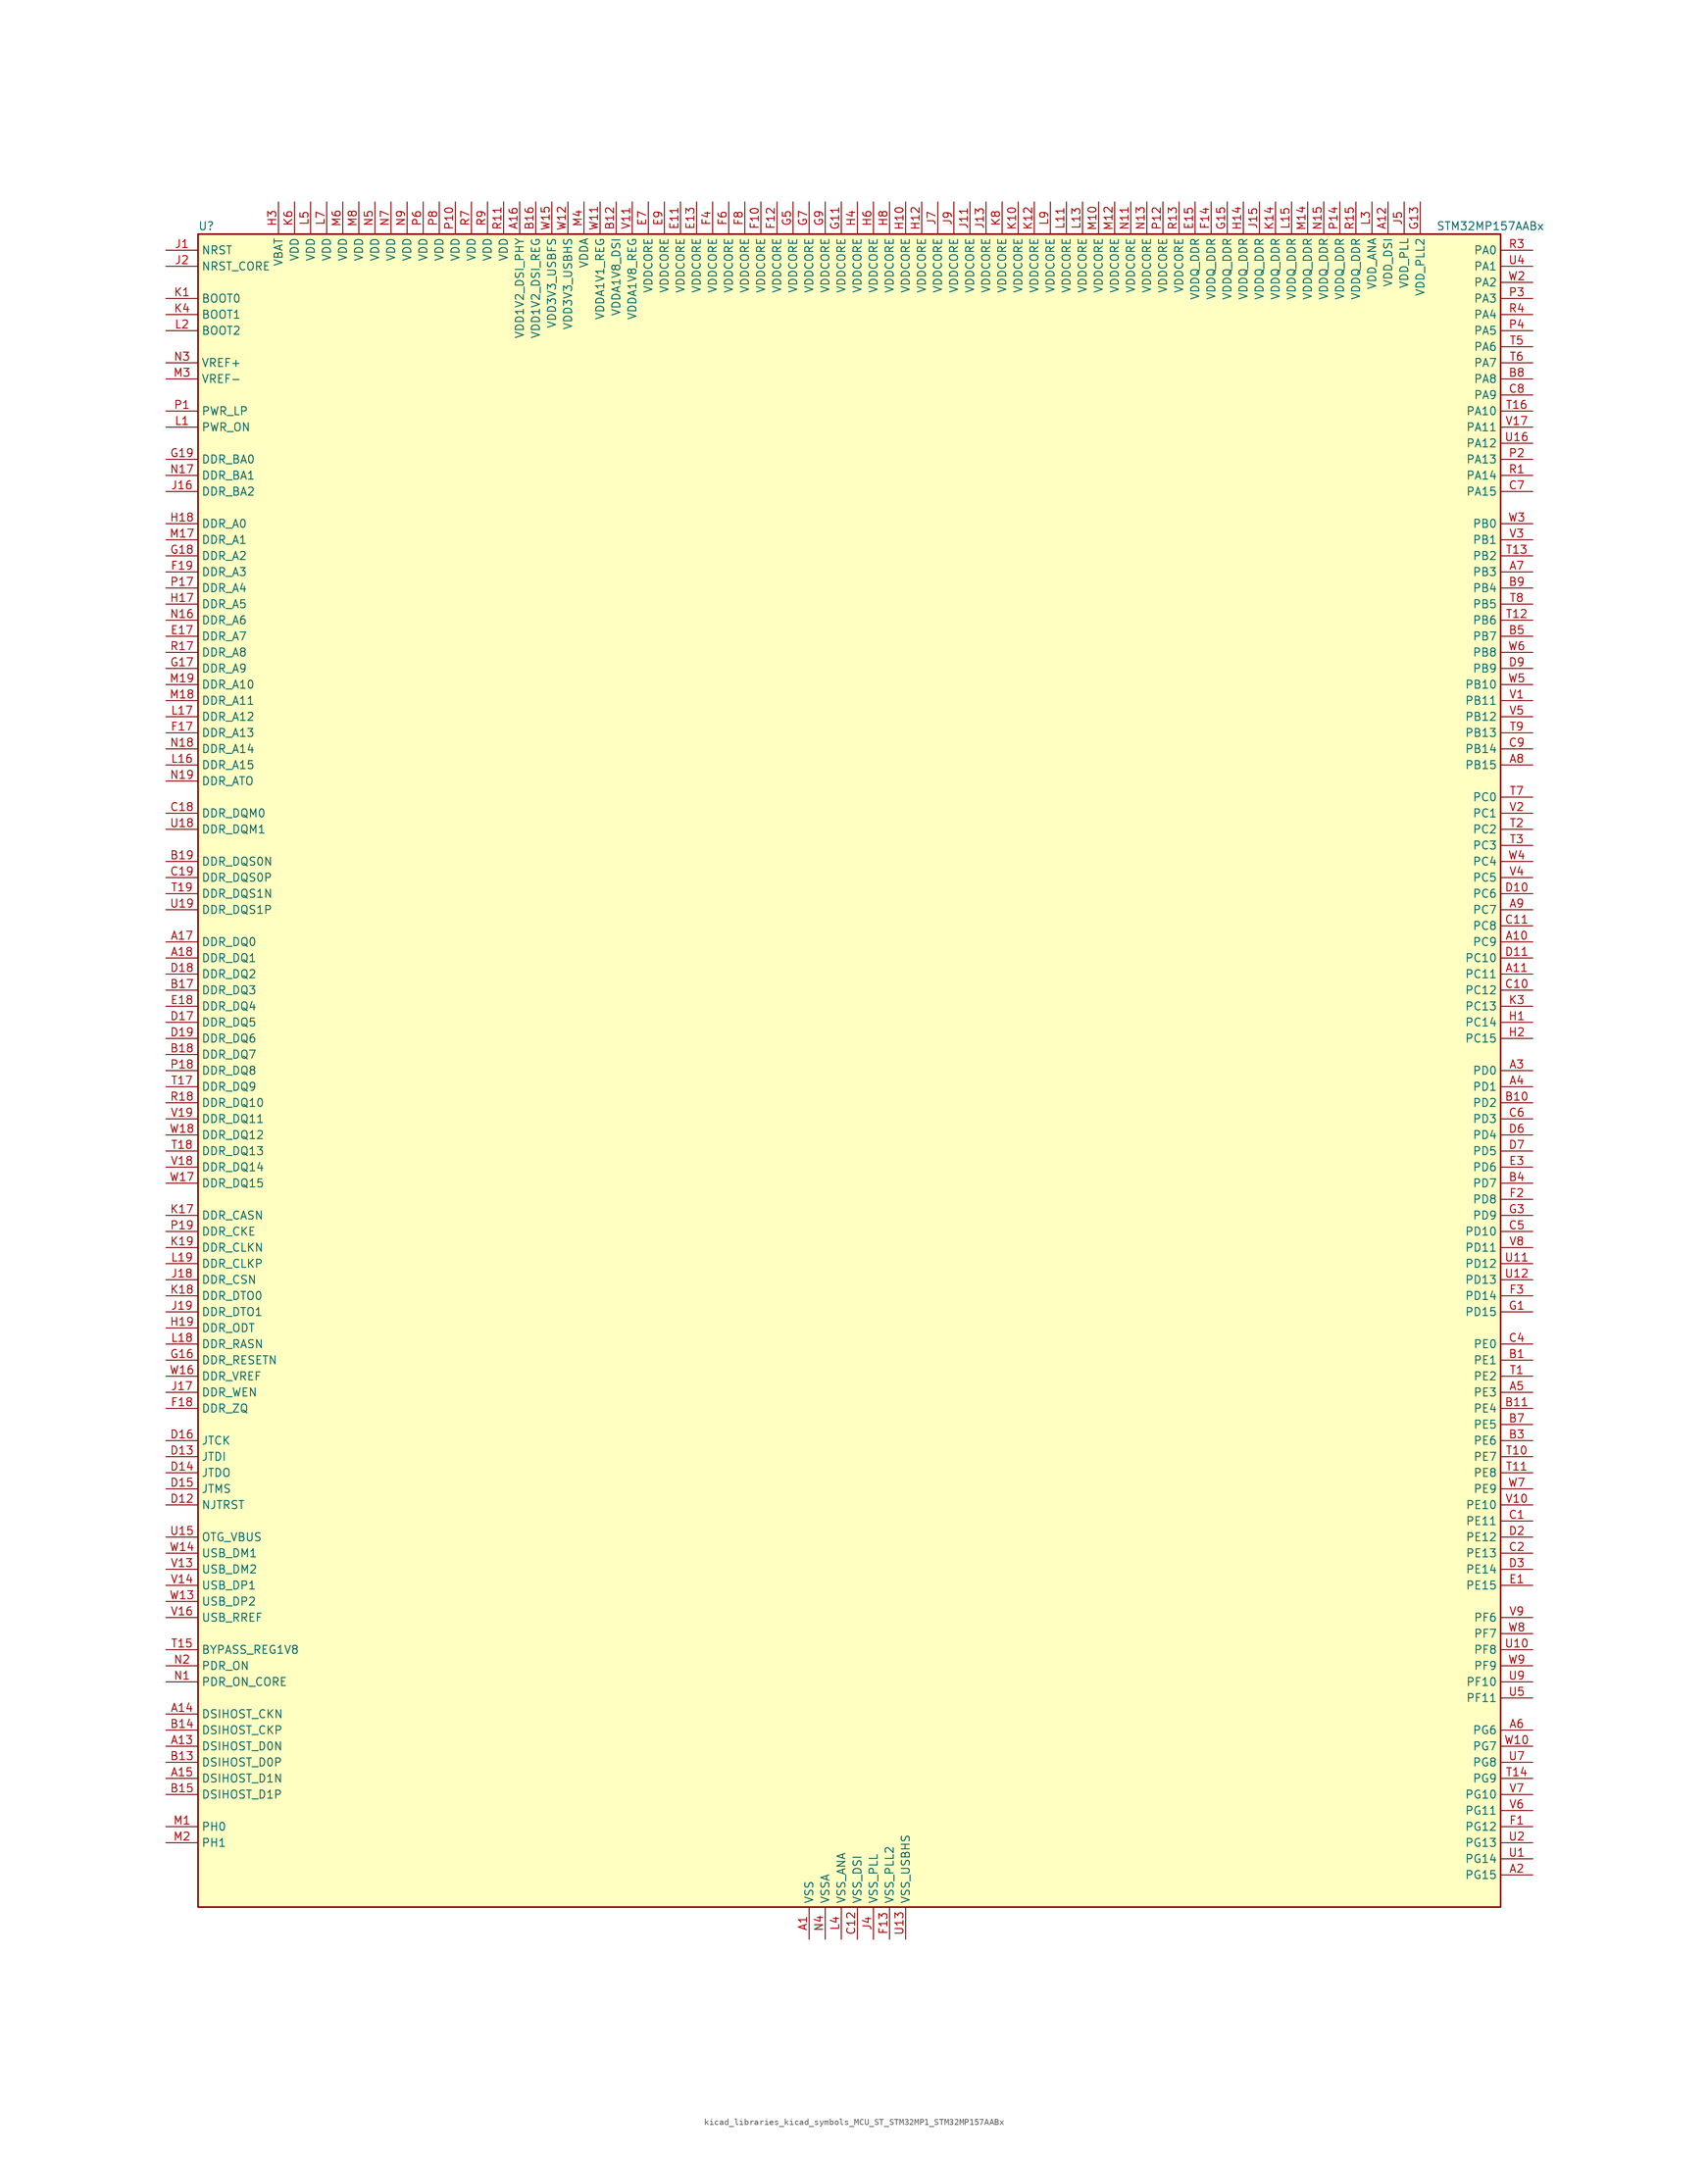
<source format=kicad_sym>
(kicad_symbol_lib
  (version 20220914)
  (generator kicad_symbol_editor)
  (symbol "kicad_libraries_kicad_symbols_MCU_ST_STM32MP1_STM32MP157AABx"
    (property "Reference" "U"
      (at -101.6 133.35 0)
      (effects (font (size 1.27 1.27)) (justify left)))
    (property "Value" "STM32MP157AABx"
      (at 93.98 133.35 0)
      (effects (font (size 1.27 1.27)) (justify left)))
    (property "ki_locked" ""
      (at 0 0 0)
      (effects (font (size 1.27 1.27))))
    (symbol "kicad_libraries_kicad_symbols_MCU_ST_STM32MP1_STM32MP157AABx_0_1"
      (rectangle (start -101.6 -132.08) (end 104.14 132.08) (stroke (width 0.254) (type default)) (fill (type background))))
    (symbol "kicad_libraries_kicad_symbols_MCU_ST_STM32MP1_STM32MP157AABx_1_1"
      (pin power_in line (at -5.08 -137.16 90) (length 5.08) (name "VSS" (effects (font (size 1.27 1.27)))) (number "A1" (effects (font (size 1.27 1.27)))))
      (pin bidirectional line (at 109.22 20.32 180) (length 5.08) (name "PC9" (effects (font (size 1.27 1.27)))) (number "A10" (effects (font (size 1.27 1.27)))) (alternate "DAC1_EXTI9" bidirectional line) (alternate "DCMI_D3" bidirectional line) (alternate "DEBUG_TRACED1" bidirectional line) (alternate "I2C3_SDA" bidirectional line) (alternate "I2S_CKIN" bidirectional line) (alternate "LTDC_B2" bidirectional line) (alternate "QUADSPI_BK1_IO0" bidirectional line) (alternate "SDMMC1_D1" bidirectional line) (alternate "TIM3_CH4" bidirectional line) (alternate "TIM8_CH4" bidirectional line) (alternate "UART5_CTS" bidirectional line))
      (pin bidirectional line (at 109.22 15.24 180) (length 5.08) (name "PC11" (effects (font (size 1.27 1.27)))) (number "A11" (effects (font (size 1.27 1.27)))) (alternate "ADC1_EXTI11" bidirectional line) (alternate "ADC2_EXTI11" bidirectional line) (alternate "DCMI_D4" bidirectional line) (alternate "DEBUG_TRACED3" bidirectional line) (alternate "DFSDM1_DATIN5" bidirectional line) (alternate "I2S3_SDI" bidirectional line) (alternate "QUADSPI_BK2_NCS" bidirectional line) (alternate "SAI4_SCK_B" bidirectional line) (alternate "SDMMC1_D3" bidirectional line) (alternate "SPI3_MISO" bidirectional line) (alternate "UART4_RX" bidirectional line) (alternate "USART3_RX" bidirectional line))
      (pin power_in line (at 86.36 137.16 270) (length 5.08) (name "VDD_DSI" (effects (font (size 1.27 1.27)))) (number "A12" (effects (font (size 1.27 1.27)))))
      (pin bidirectional line (at -106.68 -106.68 0) (length 5.08) (name "DSIHOST_D0N" (effects (font (size 1.27 1.27)))) (number "A13" (effects (font (size 1.27 1.27)))) (alternate "DSIHOST_D0N" bidirectional line))
      (pin bidirectional line (at -106.68 -101.6 0) (length 5.08) (name "DSIHOST_CKN" (effects (font (size 1.27 1.27)))) (number "A14" (effects (font (size 1.27 1.27)))) (alternate "DSIHOST_CKN" bidirectional line))
      (pin bidirectional line (at -106.68 -111.76 0) (length 5.08) (name "DSIHOST_D1N" (effects (font (size 1.27 1.27)))) (number "A15" (effects (font (size 1.27 1.27)))) (alternate "DSIHOST_D1N" bidirectional line))
      (pin power_in line (at -50.8 137.16 270) (length 5.08) (name "VDD1V2_DSI_PHY" (effects (font (size 1.27 1.27)))) (number "A16" (effects (font (size 1.27 1.27)))))
      (pin bidirectional line (at -106.68 20.32 0) (length 5.08) (name "DDR_DQ0" (effects (font (size 1.27 1.27)))) (number "A17" (effects (font (size 1.27 1.27)))) (alternate "DDR_DQ0" bidirectional line))
      (pin bidirectional line (at -106.68 17.78 0) (length 5.08) (name "DDR_DQ1" (effects (font (size 1.27 1.27)))) (number "A18" (effects (font (size 1.27 1.27)))) (alternate "DDR_DQ1" bidirectional line))
      (pin passive line (at -5.08 -137.16 90) (length 5.08) hide (name "VSS" (effects (font (size 1.27 1.27)))) (number "A19" (effects (font (size 1.27 1.27)))))
      (pin bidirectional line (at 109.22 -127 180) (length 5.08) (name "PG15" (effects (font (size 1.27 1.27)))) (number "A2" (effects (font (size 1.27 1.27)))) (alternate "ADC1_EXTI15" bidirectional line) (alternate "ADC2_EXTI15" bidirectional line) (alternate "DCMI_D13" bidirectional line) (alternate "DEBUG_TRACED7" bidirectional line) (alternate "I2C2_SDA" bidirectional line) (alternate "SAI1_D2" bidirectional line) (alternate "SAI1_FS_A" bidirectional line) (alternate "SDMMC3_CK" bidirectional line) (alternate "USART6_CTS" bidirectional line) (alternate "USART6_NSS" bidirectional line))
      (pin bidirectional line (at 109.22 0 180) (length 5.08) (name "PD0" (effects (font (size 1.27 1.27)))) (number "A3" (effects (font (size 1.27 1.27)))) (alternate "DFSDM1_CKIN6" bidirectional line) (alternate "DFSDM1_DATIN7" bidirectional line) (alternate "FDCAN1_RX" bidirectional line) (alternate "FMC_D2" bidirectional line) (alternate "FMC_DA2" bidirectional line) (alternate "I2C5_SDA" bidirectional line) (alternate "I2C6_SDA" bidirectional line) (alternate "SAI3_SCK_A" bidirectional line) (alternate "SDMMC3_CMD" bidirectional line) (alternate "UART4_RX" bidirectional line))
      (pin bidirectional line (at 109.22 -2.54 180) (length 5.08) (name "PD1" (effects (font (size 1.27 1.27)))) (number "A4" (effects (font (size 1.27 1.27)))) (alternate "DFSDM1_CKIN7" bidirectional line) (alternate "DFSDM1_DATIN6" bidirectional line) (alternate "FDCAN1_TX" bidirectional line) (alternate "FMC_D3" bidirectional line) (alternate "FMC_DA3" bidirectional line) (alternate "I2C5_SCL" bidirectional line) (alternate "I2C6_SCL" bidirectional line) (alternate "SAI3_SD_A" bidirectional line) (alternate "SDMMC3_D0" bidirectional line) (alternate "UART4_TX" bidirectional line))
      (pin bidirectional line (at 109.22 -50.8 180) (length 5.08) (name "PE3" (effects (font (size 1.27 1.27)))) (number "A5" (effects (font (size 1.27 1.27)))) (alternate "DEBUG_TRACED0" bidirectional line) (alternate "FMC_A19" bidirectional line) (alternate "SAI1_SD_B" bidirectional line) (alternate "SDMMC2_CK" bidirectional line) (alternate "TIM15_BKIN" bidirectional line))
      (pin bidirectional line (at 109.22 -104.14 180) (length 5.08) (name "PG6" (effects (font (size 1.27 1.27)))) (number "A6" (effects (font (size 1.27 1.27)))) (alternate "DCMI_D12" bidirectional line) (alternate "DEBUG_TRACED14" bidirectional line) (alternate "LTDC_R7" bidirectional line) (alternate "SDMMC2_CMD" bidirectional line) (alternate "TIM17_BKIN" bidirectional line))
      (pin bidirectional line (at 109.22 78.74 180) (length 5.08) (name "PB3" (effects (font (size 1.27 1.27)))) (number "A7" (effects (font (size 1.27 1.27)))) (alternate "DEBUG_TRACED9" bidirectional line) (alternate "I2S1_CK" bidirectional line) (alternate "I2S3_CK" bidirectional line) (alternate "SAI4_CK1" bidirectional line) (alternate "SAI4_MCLK_A" bidirectional line) (alternate "SDMMC2_D2" bidirectional line) (alternate "SPI1_SCK" bidirectional line) (alternate "SPI3_SCK" bidirectional line) (alternate "SPI6_SCK" bidirectional line) (alternate "TIM2_CH2" bidirectional line) (alternate "UART7_RX" bidirectional line))
      (pin bidirectional line (at 109.22 48.26 180) (length 5.08) (name "PB15" (effects (font (size 1.27 1.27)))) (number "A8" (effects (font (size 1.27 1.27)))) (alternate "ADC1_EXTI15" bidirectional line) (alternate "ADC2_EXTI15" bidirectional line) (alternate "DFSDM1_CKIN2" bidirectional line) (alternate "I2S2_SDO" bidirectional line) (alternate "RTC_REFIN" bidirectional line) (alternate "SDMMC2_D1" bidirectional line) (alternate "SPI2_MOSI" bidirectional line) (alternate "TIM12_CH2" bidirectional line) (alternate "TIM1_CH3N" bidirectional line) (alternate "TIM8_CH3N" bidirectional line) (alternate "USART1_RX" bidirectional line))
      (pin bidirectional line (at 109.22 25.4 180) (length 5.08) (name "PC7" (effects (font (size 1.27 1.27)))) (number "A9" (effects (font (size 1.27 1.27)))) (alternate "DCMI_D1" bidirectional line) (alternate "DFSDM1_DATIN3" bidirectional line) (alternate "HDP_HDP4" bidirectional line) (alternate "I2S3_MCK" bidirectional line) (alternate "LTDC_G6" bidirectional line) (alternate "SDMMC1_D123DIR" bidirectional line) (alternate "SDMMC1_D7" bidirectional line) (alternate "SDMMC2_D123DIR" bidirectional line) (alternate "SDMMC2_D7" bidirectional line) (alternate "TIM3_CH2" bidirectional line) (alternate "TIM8_CH2" bidirectional line) (alternate "USART6_RX" bidirectional line))
      (pin bidirectional line (at 109.22 -45.72 180) (length 5.08) (name "PE1" (effects (font (size 1.27 1.27)))) (number "B1" (effects (font (size 1.27 1.27)))) (alternate "DCMI_D3" bidirectional line) (alternate "FMC_NBL1" bidirectional line) (alternate "I2S2_MCK" bidirectional line) (alternate "LPTIM1_IN2" bidirectional line) (alternate "SAI3_SD_B" bidirectional line) (alternate "UART8_TX" bidirectional line))
      (pin bidirectional line (at 109.22 -5.08 180) (length 5.08) (name "PD2" (effects (font (size 1.27 1.27)))) (number "B10" (effects (font (size 1.27 1.27)))) (alternate "DCMI_D11" bidirectional line) (alternate "I2C5_SMBA" bidirectional line) (alternate "SDMMC1_CMD" bidirectional line) (alternate "TIM3_ETR" bidirectional line) (alternate "UART4_RX" bidirectional line) (alternate "UART5_RX" bidirectional line))
      (pin bidirectional line (at 109.22 -53.34 180) (length 5.08) (name "PE4" (effects (font (size 1.27 1.27)))) (number "B11" (effects (font (size 1.27 1.27)))) (alternate "DCMI_D4" bidirectional line) (alternate "DEBUG_TRACED1" bidirectional line) (alternate "DFSDM1_DATIN3" bidirectional line) (alternate "FMC_A20" bidirectional line) (alternate "LTDC_B0" bidirectional line) (alternate "SAI1_D2" bidirectional line) (alternate "SAI1_FS_A" bidirectional line) (alternate "SDMMC1_CKIN" bidirectional line) (alternate "SDMMC1_D4" bidirectional line) (alternate "SDMMC2_CKIN" bidirectional line) (alternate "SDMMC2_D4" bidirectional line) (alternate "SPI4_NSS" bidirectional line) (alternate "TIM15_CH1N" bidirectional line))
      (pin power_in line (at -35.56 137.16 270) (length 5.08) (name "VDDA1V8_DSI" (effects (font (size 1.27 1.27)))) (number "B12" (effects (font (size 1.27 1.27)))))
      (pin bidirectional line (at -106.68 -109.22 0) (length 5.08) (name "DSIHOST_D0P" (effects (font (size 1.27 1.27)))) (number "B13" (effects (font (size 1.27 1.27)))) (alternate "DSIHOST_D0P" bidirectional line))
      (pin bidirectional line (at -106.68 -104.14 0) (length 5.08) (name "DSIHOST_CKP" (effects (font (size 1.27 1.27)))) (number "B14" (effects (font (size 1.27 1.27)))) (alternate "DSIHOST_CKP" bidirectional line))
      (pin bidirectional line (at -106.68 -114.3 0) (length 5.08) (name "DSIHOST_D1P" (effects (font (size 1.27 1.27)))) (number "B15" (effects (font (size 1.27 1.27)))) (alternate "DSIHOST_D1P" bidirectional line))
      (pin power_in line (at -48.26 137.16 270) (length 5.08) (name "VDD1V2_DSI_REG" (effects (font (size 1.27 1.27)))) (number "B16" (effects (font (size 1.27 1.27)))))
      (pin bidirectional line (at -106.68 12.7 0) (length 5.08) (name "DDR_DQ3" (effects (font (size 1.27 1.27)))) (number "B17" (effects (font (size 1.27 1.27)))) (alternate "DDR_DQ3" bidirectional line))
      (pin bidirectional line (at -106.68 2.54 0) (length 5.08) (name "DDR_DQ7" (effects (font (size 1.27 1.27)))) (number "B18" (effects (font (size 1.27 1.27)))) (alternate "DDR_DQ7" bidirectional line))
      (pin bidirectional line (at -106.68 33.02 0) (length 5.08) (name "DDR_DQS0N" (effects (font (size 1.27 1.27)))) (number "B19" (effects (font (size 1.27 1.27)))) (alternate "DDR_DQS0N" bidirectional line))
      (pin passive line (at -5.08 -137.16 90) (length 5.08) hide (name "VSS" (effects (font (size 1.27 1.27)))) (number "B2" (effects (font (size 1.27 1.27)))))
      (pin bidirectional line (at 109.22 -58.42 180) (length 5.08) (name "PE6" (effects (font (size 1.27 1.27)))) (number "B3" (effects (font (size 1.27 1.27)))) (alternate "DCMI_D7" bidirectional line) (alternate "DEBUG_TRACED2" bidirectional line) (alternate "FMC_A22" bidirectional line) (alternate "LTDC_G1" bidirectional line) (alternate "SAI1_D1" bidirectional line) (alternate "SAI1_SD_A" bidirectional line) (alternate "SAI2_MCLK_B" bidirectional line) (alternate "SDMMC1_D2" bidirectional line) (alternate "SDMMC2_D0" bidirectional line) (alternate "SPI4_MOSI" bidirectional line) (alternate "TIM15_CH2" bidirectional line) (alternate "TIM1_BKIN2" bidirectional line))
      (pin bidirectional line (at 109.22 -17.78 180) (length 5.08) (name "PD7" (effects (font (size 1.27 1.27)))) (number "B4" (effects (font (size 1.27 1.27)))) (alternate "DEBUG_TRACED6" bidirectional line) (alternate "DFSDM1_CKIN1" bidirectional line) (alternate "DFSDM1_DATIN4" bidirectional line) (alternate "FMC_NE1" bidirectional line) (alternate "I2C2_SCL" bidirectional line) (alternate "SDMMC3_D3" bidirectional line) (alternate "SPDIFRX_IN0" bidirectional line) (alternate "USART2_CK" bidirectional line))
      (pin bidirectional line (at 109.22 68.58 180) (length 5.08) (name "PB7" (effects (font (size 1.27 1.27)))) (number "B5" (effects (font (size 1.27 1.27)))) (alternate "DCMI_VSYNC" bidirectional line) (alternate "DFSDM1_CKIN5" bidirectional line) (alternate "FMC_NL" bidirectional line) (alternate "I2C1_SDA" bidirectional line) (alternate "I2C4_SDA" bidirectional line) (alternate "SDMMC2_D1" bidirectional line) (alternate "TIM17_CH1N" bidirectional line) (alternate "TIM4_CH2" bidirectional line) (alternate "USART1_RX" bidirectional line))
      (pin passive line (at -5.08 -137.16 90) (length 5.08) hide (name "VSS" (effects (font (size 1.27 1.27)))) (number "B6" (effects (font (size 1.27 1.27)))))
      (pin bidirectional line (at 109.22 -55.88 180) (length 5.08) (name "PE5" (effects (font (size 1.27 1.27)))) (number "B7" (effects (font (size 1.27 1.27)))) (alternate "DCMI_D6" bidirectional line) (alternate "DEBUG_TRACED3" bidirectional line) (alternate "DFSDM1_CKIN3" bidirectional line) (alternate "FMC_A21" bidirectional line) (alternate "LTDC_G0" bidirectional line) (alternate "SAI1_CK2" bidirectional line) (alternate "SAI1_SCK_A" bidirectional line) (alternate "SDMMC1_D0DIR" bidirectional line) (alternate "SDMMC1_D6" bidirectional line) (alternate "SDMMC2_D0DIR" bidirectional line) (alternate "SDMMC2_D6" bidirectional line) (alternate "SPI4_MISO" bidirectional line) (alternate "TIM15_CH1" bidirectional line))
      (pin bidirectional line (at 109.22 109.22 180) (length 5.08) (name "PA8" (effects (font (size 1.27 1.27)))) (number "B8" (effects (font (size 1.27 1.27)))) (alternate "I2C3_SCL" bidirectional line) (alternate "I2S3_SDO" bidirectional line) (alternate "LTDC_R6" bidirectional line) (alternate "RCC_MCO_1" bidirectional line) (alternate "SAI4_SD_B" bidirectional line) (alternate "SDMMC2_CKIN" bidirectional line) (alternate "SDMMC2_D4" bidirectional line) (alternate "SPI3_MOSI" bidirectional line) (alternate "TIM1_CH1" bidirectional line) (alternate "TIM8_BKIN2" bidirectional line) (alternate "UART7_RX" bidirectional line) (alternate "USART1_CK" bidirectional line) (alternate "USB_OTG_HS_SOF" bidirectional line))
      (pin bidirectional line (at 109.22 76.2 180) (length 5.08) (name "PB4" (effects (font (size 1.27 1.27)))) (number "B9" (effects (font (size 1.27 1.27)))) (alternate "DEBUG_TRACED8" bidirectional line) (alternate "I2S1_SDI" bidirectional line) (alternate "I2S2_WS" bidirectional line) (alternate "I2S3_SDI" bidirectional line) (alternate "SAI4_CK2" bidirectional line) (alternate "SAI4_SCK_A" bidirectional line) (alternate "SDMMC2_D3" bidirectional line) (alternate "SPI1_MISO" bidirectional line) (alternate "SPI2_NSS" bidirectional line) (alternate "SPI3_MISO" bidirectional line) (alternate "SPI6_MISO" bidirectional line) (alternate "TIM16_BKIN" bidirectional line) (alternate "TIM3_CH1" bidirectional line) (alternate "UART7_TX" bidirectional line))
      (pin bidirectional line (at 109.22 -71.12 180) (length 5.08) (name "PE11" (effects (font (size 1.27 1.27)))) (number "C1" (effects (font (size 1.27 1.27)))) (alternate "ADC1_EXTI11" bidirectional line) (alternate "ADC2_EXTI11" bidirectional line) (alternate "DCMI_D4" bidirectional line) (alternate "DFSDM1_CKIN4" bidirectional line) (alternate "FMC_D8" bidirectional line) (alternate "FMC_DA8" bidirectional line) (alternate "LTDC_G3" bidirectional line) (alternate "SAI2_SD_B" bidirectional line) (alternate "SPI4_NSS" bidirectional line) (alternate "TIM1_CH2" bidirectional line) (alternate "USART6_CK" bidirectional line))
      (pin bidirectional line (at 109.22 12.7 180) (length 5.08) (name "PC12" (effects (font (size 1.27 1.27)))) (number "C10" (effects (font (size 1.27 1.27)))) (alternate "DCMI_D9" bidirectional line) (alternate "DEBUG_TRACECLK" bidirectional line) (alternate "I2S3_SDO" bidirectional line) (alternate "RCC_MCO_2" bidirectional line) (alternate "SAI4_D3" bidirectional line) (alternate "SAI4_SD_B" bidirectional line) (alternate "SDMMC1_CK" bidirectional line) (alternate "SPI3_MOSI" bidirectional line) (alternate "UART5_TX" bidirectional line) (alternate "USART3_CK" bidirectional line))
      (pin bidirectional line (at 109.22 22.86 180) (length 5.08) (name "PC8" (effects (font (size 1.27 1.27)))) (number "C11" (effects (font (size 1.27 1.27)))) (alternate "DCMI_D2" bidirectional line) (alternate "DEBUG_TRACED0" bidirectional line) (alternate "SDMMC1_D0" bidirectional line) (alternate "TIM3_CH3" bidirectional line) (alternate "TIM8_CH3" bidirectional line) (alternate "UART4_TX" bidirectional line) (alternate "UART5_DE" bidirectional line) (alternate "UART5_RTS" bidirectional line) (alternate "USART6_CK" bidirectional line))
      (pin power_in line (at 2.54 -137.16 90) (length 5.08) (name "VSS_DSI" (effects (font (size 1.27 1.27)))) (number "C12" (effects (font (size 1.27 1.27)))))
      (pin passive line (at 2.54 -137.16 90) (length 5.08) hide (name "VSS_DSI" (effects (font (size 1.27 1.27)))) (number "C13" (effects (font (size 1.27 1.27)))))
      (pin passive line (at 2.54 -137.16 90) (length 5.08) hide (name "VSS_DSI" (effects (font (size 1.27 1.27)))) (number "C14" (effects (font (size 1.27 1.27)))))
      (pin passive line (at 2.54 -137.16 90) (length 5.08) hide (name "VSS_DSI" (effects (font (size 1.27 1.27)))) (number "C15" (effects (font (size 1.27 1.27)))))
      (pin passive line (at 2.54 -137.16 90) (length 5.08) hide (name "VSS_DSI" (effects (font (size 1.27 1.27)))) (number "C16" (effects (font (size 1.27 1.27)))))
      (pin passive line (at -5.08 -137.16 90) (length 5.08) hide (name "VSS" (effects (font (size 1.27 1.27)))) (number "C17" (effects (font (size 1.27 1.27)))))
      (pin bidirectional line (at -106.68 40.64 0) (length 5.08) (name "DDR_DQM0" (effects (font (size 1.27 1.27)))) (number "C18" (effects (font (size 1.27 1.27)))) (alternate "DDR_DQM0" bidirectional line))
      (pin bidirectional line (at -106.68 30.48 0) (length 5.08) (name "DDR_DQS0P" (effects (font (size 1.27 1.27)))) (number "C19" (effects (font (size 1.27 1.27)))) (alternate "DDR_DQS0P" bidirectional line))
      (pin bidirectional line (at 109.22 -76.2 180) (length 5.08) (name "PE13" (effects (font (size 1.27 1.27)))) (number "C2" (effects (font (size 1.27 1.27)))) (alternate "DCMI_D6" bidirectional line) (alternate "DFSDM1_CKIN5" bidirectional line) (alternate "FMC_D10" bidirectional line) (alternate "FMC_DA10" bidirectional line) (alternate "HDP_HDP2" bidirectional line) (alternate "LTDC_DE" bidirectional line) (alternate "SAI2_FS_B" bidirectional line) (alternate "SPI4_MISO" bidirectional line) (alternate "TIM1_CH3" bidirectional line))
      (pin passive line (at -5.08 -137.16 90) (length 5.08) hide (name "VSS" (effects (font (size 1.27 1.27)))) (number "C3" (effects (font (size 1.27 1.27)))))
      (pin bidirectional line (at 109.22 -43.18 180) (length 5.08) (name "PE0" (effects (font (size 1.27 1.27)))) (number "C4" (effects (font (size 1.27 1.27)))) (alternate "DCMI_D2" bidirectional line) (alternate "FMC_NBL0" bidirectional line) (alternate "I2S3_CK" bidirectional line) (alternate "LPTIM1_ETR" bidirectional line) (alternate "LPTIM2_ETR" bidirectional line) (alternate "SAI2_MCLK_A" bidirectional line) (alternate "SAI4_MCLK_B" bidirectional line) (alternate "SPI3_SCK" bidirectional line) (alternate "TIM4_ETR" bidirectional line) (alternate "UART8_RX" bidirectional line))
      (pin bidirectional line (at 109.22 -25.4 180) (length 5.08) (name "PD10" (effects (font (size 1.27 1.27)))) (number "C5" (effects (font (size 1.27 1.27)))) (alternate "DFSDM1_CKOUT" bidirectional line) (alternate "FMC_D15" bidirectional line) (alternate "FMC_DA15" bidirectional line) (alternate "I2C5_SMBA" bidirectional line) (alternate "I2S3_SDI" bidirectional line) (alternate "LTDC_B3" bidirectional line) (alternate "RTC_REFIN" bidirectional line) (alternate "SAI3_FS_B" bidirectional line) (alternate "SPI3_MISO" bidirectional line) (alternate "TIM16_BKIN" bidirectional line) (alternate "USART3_CK" bidirectional line))
      (pin bidirectional line (at 109.22 -7.62 180) (length 5.08) (name "PD3" (effects (font (size 1.27 1.27)))) (number "C6" (effects (font (size 1.27 1.27)))) (alternate "DCMI_D5" bidirectional line) (alternate "DFSDM1_CKOUT" bidirectional line) (alternate "DFSDM1_DATIN0" bidirectional line) (alternate "FMC_CLK" bidirectional line) (alternate "HDP_HDP5" bidirectional line) (alternate "I2S2_CK" bidirectional line) (alternate "LTDC_G7" bidirectional line) (alternate "SDMMC1_D123DIR" bidirectional line) (alternate "SDMMC1_D7" bidirectional line) (alternate "SDMMC2_D123DIR" bidirectional line) (alternate "SDMMC2_D7" bidirectional line) (alternate "SPI2_SCK" bidirectional line) (alternate "USART2_CTS" bidirectional line) (alternate "USART2_NSS" bidirectional line))
      (pin bidirectional line (at 109.22 91.44 180) (length 5.08) (name "PA15" (effects (font (size 1.27 1.27)))) (number "C7" (effects (font (size 1.27 1.27)))) (alternate "ADC1_EXTI15" bidirectional line) (alternate "ADC2_EXTI15" bidirectional line) (alternate "CEC" bidirectional line) (alternate "DEBUG_DBTRGI" bidirectional line) (alternate "I2S1_WS" bidirectional line) (alternate "I2S3_WS" bidirectional line) (alternate "LTDC_R1" bidirectional line) (alternate "SAI4_D2" bidirectional line) (alternate "SAI4_FS_A" bidirectional line) (alternate "SDMMC1_CDIR" bidirectional line) (alternate "SDMMC1_D5" bidirectional line) (alternate "SDMMC2_CDIR" bidirectional line) (alternate "SDMMC2_D5" bidirectional line) (alternate "SPI1_NSS" bidirectional line) (alternate "SPI3_NSS" bidirectional line) (alternate "SPI6_NSS" bidirectional line) (alternate "TIM2_CH1" bidirectional line) (alternate "TIM2_ETR" bidirectional line) (alternate "UART4_DE" bidirectional line) (alternate "UART4_RTS" bidirectional line) (alternate "UART7_TX" bidirectional line))
      (pin bidirectional line (at 109.22 106.68 180) (length 5.08) (name "PA9" (effects (font (size 1.27 1.27)))) (number "C8" (effects (font (size 1.27 1.27)))) (alternate "DAC1_EXTI9" bidirectional line) (alternate "DCMI_D0" bidirectional line) (alternate "I2C3_SMBA" bidirectional line) (alternate "I2S2_CK" bidirectional line) (alternate "LTDC_R5" bidirectional line) (alternate "SDMMC2_CDIR" bidirectional line) (alternate "SDMMC2_D5" bidirectional line) (alternate "SPI2_SCK" bidirectional line) (alternate "TIM1_CH2" bidirectional line) (alternate "USART1_TX" bidirectional line))
      (pin bidirectional line (at 109.22 50.8 180) (length 5.08) (name "PB14" (effects (font (size 1.27 1.27)))) (number "C9" (effects (font (size 1.27 1.27)))) (alternate "DFSDM1_DATIN2" bidirectional line) (alternate "I2S2_SDI" bidirectional line) (alternate "SDMMC2_D0" bidirectional line) (alternate "SPI2_MISO" bidirectional line) (alternate "TIM12_CH1" bidirectional line) (alternate "TIM1_CH2N" bidirectional line) (alternate "TIM8_CH2N" bidirectional line) (alternate "USART1_TX" bidirectional line) (alternate "USART3_DE" bidirectional line) (alternate "USART3_RTS" bidirectional line))
      (pin passive line (at -5.08 -137.16 90) (length 5.08) hide (name "VSS" (effects (font (size 1.27 1.27)))) (number "D1" (effects (font (size 1.27 1.27)))))
      (pin bidirectional line (at 109.22 27.94 180) (length 5.08) (name "PC6" (effects (font (size 1.27 1.27)))) (number "D10" (effects (font (size 1.27 1.27)))) (alternate "DCMI_D0" bidirectional line) (alternate "DFSDM1_CKIN3" bidirectional line) (alternate "DSIHOST_TE" bidirectional line) (alternate "HDP_HDP1" bidirectional line) (alternate "I2S2_MCK" bidirectional line) (alternate "LTDC_HSYNC" bidirectional line) (alternate "SDMMC1_D0DIR" bidirectional line) (alternate "SDMMC1_D6" bidirectional line) (alternate "SDMMC2_D0DIR" bidirectional line) (alternate "SDMMC2_D6" bidirectional line) (alternate "TIM3_CH1" bidirectional line) (alternate "TIM8_CH1" bidirectional line) (alternate "USART6_TX" bidirectional line))
      (pin bidirectional line (at 109.22 17.78 180) (length 5.08) (name "PC10" (effects (font (size 1.27 1.27)))) (number "D11" (effects (font (size 1.27 1.27)))) (alternate "DCMI_D8" bidirectional line) (alternate "DEBUG_TRACED2" bidirectional line) (alternate "DFSDM1_CKIN5" bidirectional line) (alternate "I2S3_CK" bidirectional line) (alternate "LTDC_R2" bidirectional line) (alternate "QUADSPI_BK1_IO1" bidirectional line) (alternate "SAI4_MCLK_B" bidirectional line) (alternate "SDMMC1_D2" bidirectional line) (alternate "SPI3_SCK" bidirectional line) (alternate "UART4_TX" bidirectional line) (alternate "USART3_TX" bidirectional line))
      (pin bidirectional line (at -106.68 -68.58 0) (length 5.08) (name "NJTRST" (effects (font (size 1.27 1.27)))) (number "D12" (effects (font (size 1.27 1.27)))) (alternate "DEBUG_JTRST" bidirectional line))
      (pin bidirectional line (at -106.68 -60.96 0) (length 5.08) (name "JTDI" (effects (font (size 1.27 1.27)))) (number "D13" (effects (font (size 1.27 1.27)))) (alternate "DEBUG_JTDI" bidirectional line))
      (pin bidirectional line (at -106.68 -63.5 0) (length 5.08) (name "JTDO" (effects (font (size 1.27 1.27)))) (number "D14" (effects (font (size 1.27 1.27)))) (alternate "DEBUG_JTDO-SWO" bidirectional line))
      (pin bidirectional line (at -106.68 -66.04 0) (length 5.08) (name "JTMS" (effects (font (size 1.27 1.27)))) (number "D15" (effects (font (size 1.27 1.27)))) (alternate "DEBUG_JTMS-SWDIO" bidirectional line))
      (pin bidirectional line (at -106.68 -58.42 0) (length 5.08) (name "JTCK" (effects (font (size 1.27 1.27)))) (number "D16" (effects (font (size 1.27 1.27)))) (alternate "DEBUG_JTCK-SWCLK" bidirectional line))
      (pin bidirectional line (at -106.68 7.62 0) (length 5.08) (name "DDR_DQ5" (effects (font (size 1.27 1.27)))) (number "D17" (effects (font (size 1.27 1.27)))) (alternate "DDR_DQ5" bidirectional line))
      (pin bidirectional line (at -106.68 15.24 0) (length 5.08) (name "DDR_DQ2" (effects (font (size 1.27 1.27)))) (number "D18" (effects (font (size 1.27 1.27)))) (alternate "DDR_DQ2" bidirectional line))
      (pin bidirectional line (at -106.68 5.08 0) (length 5.08) (name "DDR_DQ6" (effects (font (size 1.27 1.27)))) (number "D19" (effects (font (size 1.27 1.27)))) (alternate "DDR_DQ6" bidirectional line))
      (pin bidirectional line (at 109.22 -73.66 180) (length 5.08) (name "PE12" (effects (font (size 1.27 1.27)))) (number "D2" (effects (font (size 1.27 1.27)))) (alternate "DFSDM1_DATIN5" bidirectional line) (alternate "FMC_D9" bidirectional line) (alternate "FMC_DA9" bidirectional line) (alternate "LTDC_B4" bidirectional line) (alternate "SAI2_SCK_B" bidirectional line) (alternate "SDMMC1_D0DIR" bidirectional line) (alternate "SPI4_SCK" bidirectional line) (alternate "TIM1_CH3N" bidirectional line))
      (pin bidirectional line (at 109.22 -78.74 180) (length 5.08) (name "PE14" (effects (font (size 1.27 1.27)))) (number "D3" (effects (font (size 1.27 1.27)))) (alternate "FMC_D11" bidirectional line) (alternate "FMC_DA11" bidirectional line) (alternate "LTDC_CLK" bidirectional line) (alternate "LTDC_G0" bidirectional line) (alternate "SAI2_MCLK_B" bidirectional line) (alternate "SDMMC1_D123DIR" bidirectional line) (alternate "SPI4_MOSI" bidirectional line) (alternate "TIM1_CH4" bidirectional line) (alternate "UART8_DE" bidirectional line) (alternate "UART8_RTS" bidirectional line))
      (pin passive line (at -5.08 -137.16 90) (length 5.08) hide (name "VSS" (effects (font (size 1.27 1.27)))) (number "D4" (effects (font (size 1.27 1.27)))))
      (pin passive line (at -5.08 -137.16 90) (length 5.08) hide (name "VSS" (effects (font (size 1.27 1.27)))) (number "D5" (effects (font (size 1.27 1.27)))))
      (pin bidirectional line (at 109.22 -10.16 180) (length 5.08) (name "PD4" (effects (font (size 1.27 1.27)))) (number "D6" (effects (font (size 1.27 1.27)))) (alternate "DFSDM1_CKIN0" bidirectional line) (alternate "FMC_NOE" bidirectional line) (alternate "SAI3_FS_A" bidirectional line) (alternate "SDMMC3_D1" bidirectional line) (alternate "USART2_DE" bidirectional line) (alternate "USART2_RTS" bidirectional line))
      (pin bidirectional line (at 109.22 -12.7 180) (length 5.08) (name "PD5" (effects (font (size 1.27 1.27)))) (number "D7" (effects (font (size 1.27 1.27)))) (alternate "FMC_NWE" bidirectional line) (alternate "SDMMC3_D2" bidirectional line) (alternate "USART2_TX" bidirectional line))
      (pin passive line (at -5.08 -137.16 90) (length 5.08) hide (name "VSS" (effects (font (size 1.27 1.27)))) (number "D8" (effects (font (size 1.27 1.27)))))
      (pin bidirectional line (at 109.22 63.5 180) (length 5.08) (name "PB9" (effects (font (size 1.27 1.27)))) (number "D9" (effects (font (size 1.27 1.27)))) (alternate "DAC1_EXTI9" bidirectional line) (alternate "DCMI_D7" bidirectional line) (alternate "DFSDM1_DATIN7" bidirectional line) (alternate "FDCAN1_TX" bidirectional line) (alternate "HDP_HDP7" bidirectional line) (alternate "I2C1_SDA" bidirectional line) (alternate "I2C4_SDA" bidirectional line) (alternate "I2S2_WS" bidirectional line) (alternate "LTDC_B7" bidirectional line) (alternate "SDMMC1_CDIR" bidirectional line) (alternate "SDMMC1_D5" bidirectional line) (alternate "SDMMC2_CDIR" bidirectional line) (alternate "SDMMC2_D5" bidirectional line) (alternate "SPI2_NSS" bidirectional line) (alternate "TIM17_CH1" bidirectional line) (alternate "TIM4_CH4" bidirectional line) (alternate "UART4_TX" bidirectional line))
      (pin bidirectional line (at 109.22 -81.28 180) (length 5.08) (name "PE15" (effects (font (size 1.27 1.27)))) (number "E1" (effects (font (size 1.27 1.27)))) (alternate "ADC1_EXTI15" bidirectional line) (alternate "ADC2_EXTI15" bidirectional line) (alternate "FMC_D12" bidirectional line) (alternate "FMC_DA12" bidirectional line) (alternate "FMC_NCE2" bidirectional line) (alternate "HDP_HDP3" bidirectional line) (alternate "LTDC_R7" bidirectional line) (alternate "TIM15_BKIN" bidirectional line) (alternate "TIM1_BKIN" bidirectional line) (alternate "UART8_CTS" bidirectional line) (alternate "USART2_CTS" bidirectional line) (alternate "USART2_NSS" bidirectional line))
      (pin passive line (at -5.08 -137.16 90) (length 5.08) hide (name "VSS" (effects (font (size 1.27 1.27)))) (number "E10" (effects (font (size 1.27 1.27)))))
      (pin power_in line (at -25.4 137.16 270) (length 5.08) (name "VDDCORE" (effects (font (size 1.27 1.27)))) (number "E11" (effects (font (size 1.27 1.27)))))
      (pin passive line (at -5.08 -137.16 90) (length 5.08) hide (name "VSS" (effects (font (size 1.27 1.27)))) (number "E12" (effects (font (size 1.27 1.27)))))
      (pin power_in line (at -22.86 137.16 270) (length 5.08) (name "VDDCORE" (effects (font (size 1.27 1.27)))) (number "E13" (effects (font (size 1.27 1.27)))))
      (pin passive line (at -5.08 -137.16 90) (length 5.08) hide (name "VSS" (effects (font (size 1.27 1.27)))) (number "E14" (effects (font (size 1.27 1.27)))))
      (pin power_in line (at 55.88 137.16 270) (length 5.08) (name "VDDQ_DDR" (effects (font (size 1.27 1.27)))) (number "E15" (effects (font (size 1.27 1.27)))))
      (pin passive line (at -5.08 -137.16 90) (length 5.08) hide (name "VSS" (effects (font (size 1.27 1.27)))) (number "E16" (effects (font (size 1.27 1.27)))))
      (pin bidirectional line (at -106.68 68.58 0) (length 5.08) (name "DDR_A7" (effects (font (size 1.27 1.27)))) (number "E17" (effects (font (size 1.27 1.27)))) (alternate "DDR_A7" bidirectional line))
      (pin bidirectional line (at -106.68 10.16 0) (length 5.08) (name "DDR_DQ4" (effects (font (size 1.27 1.27)))) (number "E18" (effects (font (size 1.27 1.27)))) (alternate "DDR_DQ4" bidirectional line))
      (pin passive line (at -5.08 -137.16 90) (length 5.08) hide (name "VSS" (effects (font (size 1.27 1.27)))) (number "E2" (effects (font (size 1.27 1.27)))))
      (pin bidirectional line (at 109.22 -15.24 180) (length 5.08) (name "PD6" (effects (font (size 1.27 1.27)))) (number "E3" (effects (font (size 1.27 1.27)))) (alternate "DCMI_D10" bidirectional line) (alternate "DFSDM1_CKIN4" bidirectional line) (alternate "DFSDM1_DATIN1" bidirectional line) (alternate "FMC_NWAIT" bidirectional line) (alternate "I2S3_SDO" bidirectional line) (alternate "LTDC_B2" bidirectional line) (alternate "SAI1_D1" bidirectional line) (alternate "SAI1_SD_A" bidirectional line) (alternate "SPI3_MOSI" bidirectional line) (alternate "TIM16_CH1N" bidirectional line) (alternate "USART2_RX" bidirectional line))
      (pin passive line (at -5.08 -137.16 90) (length 5.08) hide (name "VSS" (effects (font (size 1.27 1.27)))) (number "E4" (effects (font (size 1.27 1.27)))))
      (pin passive line (at -5.08 -137.16 90) (length 5.08) hide (name "VSS" (effects (font (size 1.27 1.27)))) (number "E5" (effects (font (size 1.27 1.27)))))
      (pin passive line (at -5.08 -137.16 90) (length 5.08) hide (name "VSS" (effects (font (size 1.27 1.27)))) (number "E6" (effects (font (size 1.27 1.27)))))
      (pin power_in line (at -30.48 137.16 270) (length 5.08) (name "VDDCORE" (effects (font (size 1.27 1.27)))) (number "E7" (effects (font (size 1.27 1.27)))))
      (pin passive line (at -5.08 -137.16 90) (length 5.08) hide (name "VSS" (effects (font (size 1.27 1.27)))) (number "E8" (effects (font (size 1.27 1.27)))))
      (pin power_in line (at -27.94 137.16 270) (length 5.08) (name "VDDCORE" (effects (font (size 1.27 1.27)))) (number "E9" (effects (font (size 1.27 1.27)))))
      (pin bidirectional line (at 109.22 -119.38 180) (length 5.08) (name "PG12" (effects (font (size 1.27 1.27)))) (number "F1" (effects (font (size 1.27 1.27)))) (alternate "ETH1_PHY_INTN" bidirectional line) (alternate "FMC_NE4" bidirectional line) (alternate "LPTIM1_IN1" bidirectional line) (alternate "LTDC_B1" bidirectional line) (alternate "LTDC_B4" bidirectional line) (alternate "SAI4_CK2" bidirectional line) (alternate "SAI4_SCK_A" bidirectional line) (alternate "SPDIFRX_IN1" bidirectional line) (alternate "SPI6_MISO" bidirectional line) (alternate "USART6_DE" bidirectional line) (alternate "USART6_RTS" bidirectional line))
      (pin power_in line (at -12.7 137.16 270) (length 5.08) (name "VDDCORE" (effects (font (size 1.27 1.27)))) (number "F10" (effects (font (size 1.27 1.27)))))
      (pin passive line (at -5.08 -137.16 90) (length 5.08) hide (name "VSS" (effects (font (size 1.27 1.27)))) (number "F11" (effects (font (size 1.27 1.27)))))
      (pin power_in line (at -10.16 137.16 270) (length 5.08) (name "VDDCORE" (effects (font (size 1.27 1.27)))) (number "F12" (effects (font (size 1.27 1.27)))))
      (pin power_in line (at 7.62 -137.16 90) (length 5.08) (name "VSS_PLL2" (effects (font (size 1.27 1.27)))) (number "F13" (effects (font (size 1.27 1.27)))))
      (pin power_in line (at 58.42 137.16 270) (length 5.08) (name "VDDQ_DDR" (effects (font (size 1.27 1.27)))) (number "F14" (effects (font (size 1.27 1.27)))))
      (pin passive line (at -5.08 -137.16 90) (length 5.08) hide (name "VSS" (effects (font (size 1.27 1.27)))) (number "F15" (effects (font (size 1.27 1.27)))))
      (pin bidirectional line (at -106.68 53.34 0) (length 5.08) (name "DDR_A13" (effects (font (size 1.27 1.27)))) (number "F17" (effects (font (size 1.27 1.27)))) (alternate "DDR_A13" bidirectional line))
      (pin bidirectional line (at -106.68 -53.34 0) (length 5.08) (name "DDR_ZQ" (effects (font (size 1.27 1.27)))) (number "F18" (effects (font (size 1.27 1.27)))) (alternate "DDR_ZQ" bidirectional line))
      (pin bidirectional line (at -106.68 78.74 0) (length 5.08) (name "DDR_A3" (effects (font (size 1.27 1.27)))) (number "F19" (effects (font (size 1.27 1.27)))) (alternate "DDR_A3" bidirectional line))
      (pin bidirectional line (at 109.22 -20.32 180) (length 5.08) (name "PD8" (effects (font (size 1.27 1.27)))) (number "F2" (effects (font (size 1.27 1.27)))) (alternate "DFSDM1_CKIN3" bidirectional line) (alternate "FMC_D13" bidirectional line) (alternate "FMC_DA13" bidirectional line) (alternate "LTDC_B7" bidirectional line) (alternate "SAI3_SCK_B" bidirectional line) (alternate "SPDIFRX_IN1" bidirectional line) (alternate "USART3_TX" bidirectional line))
      (pin bidirectional line (at 109.22 -35.56 180) (length 5.08) (name "PD14" (effects (font (size 1.27 1.27)))) (number "F3" (effects (font (size 1.27 1.27)))) (alternate "FMC_D0" bidirectional line) (alternate "FMC_DA0" bidirectional line) (alternate "SAI3_MCLK_B" bidirectional line) (alternate "TIM4_CH3" bidirectional line) (alternate "UART8_CTS" bidirectional line))
      (pin power_in line (at -20.32 137.16 270) (length 5.08) (name "VDDCORE" (effects (font (size 1.27 1.27)))) (number "F4" (effects (font (size 1.27 1.27)))))
      (pin passive line (at -5.08 -137.16 90) (length 5.08) hide (name "VSS" (effects (font (size 1.27 1.27)))) (number "F5" (effects (font (size 1.27 1.27)))))
      (pin power_in line (at -17.78 137.16 270) (length 5.08) (name "VDDCORE" (effects (font (size 1.27 1.27)))) (number "F6" (effects (font (size 1.27 1.27)))))
      (pin passive line (at -5.08 -137.16 90) (length 5.08) hide (name "VSS" (effects (font (size 1.27 1.27)))) (number "F7" (effects (font (size 1.27 1.27)))))
      (pin power_in line (at -15.24 137.16 270) (length 5.08) (name "VDDCORE" (effects (font (size 1.27 1.27)))) (number "F8" (effects (font (size 1.27 1.27)))))
      (pin passive line (at -5.08 -137.16 90) (length 5.08) hide (name "VSS" (effects (font (size 1.27 1.27)))) (number "F9" (effects (font (size 1.27 1.27)))))
      (pin bidirectional line (at 109.22 -38.1 180) (length 5.08) (name "PD15" (effects (font (size 1.27 1.27)))) (number "G1" (effects (font (size 1.27 1.27)))) (alternate "ADC1_EXTI15" bidirectional line) (alternate "ADC2_EXTI15" bidirectional line) (alternate "FMC_D1" bidirectional line) (alternate "FMC_DA1" bidirectional line) (alternate "LTDC_R1" bidirectional line) (alternate "SAI3_MCLK_A" bidirectional line) (alternate "TIM4_CH4" bidirectional line) (alternate "UART8_CTS" bidirectional line))
      (pin passive line (at -5.08 -137.16 90) (length 5.08) hide (name "VSS" (effects (font (size 1.27 1.27)))) (number "G10" (effects (font (size 1.27 1.27)))))
      (pin power_in line (at 0 137.16 270) (length 5.08) (name "VDDCORE" (effects (font (size 1.27 1.27)))) (number "G11" (effects (font (size 1.27 1.27)))))
      (pin passive line (at -5.08 -137.16 90) (length 5.08) hide (name "VSS" (effects (font (size 1.27 1.27)))) (number "G12" (effects (font (size 1.27 1.27)))))
      (pin power_in line (at 91.44 137.16 270) (length 5.08) (name "VDD_PLL2" (effects (font (size 1.27 1.27)))) (number "G13" (effects (font (size 1.27 1.27)))))
      (pin passive line (at -5.08 -137.16 90) (length 5.08) hide (name "VSS" (effects (font (size 1.27 1.27)))) (number "G14" (effects (font (size 1.27 1.27)))))
      (pin power_in line (at 60.96 137.16 270) (length 5.08) (name "VDDQ_DDR" (effects (font (size 1.27 1.27)))) (number "G15" (effects (font (size 1.27 1.27)))))
      (pin bidirectional line (at -106.68 -45.72 0) (length 5.08) (name "DDR_RESETN" (effects (font (size 1.27 1.27)))) (number "G16" (effects (font (size 1.27 1.27)))) (alternate "DDR_RESETN" bidirectional line))
      (pin bidirectional line (at -106.68 63.5 0) (length 5.08) (name "DDR_A9" (effects (font (size 1.27 1.27)))) (number "G17" (effects (font (size 1.27 1.27)))) (alternate "DDR_A9" bidirectional line))
      (pin bidirectional line (at -106.68 81.28 0) (length 5.08) (name "DDR_A2" (effects (font (size 1.27 1.27)))) (number "G18" (effects (font (size 1.27 1.27)))) (alternate "DDR_A2" bidirectional line))
      (pin bidirectional line (at -106.68 96.52 0) (length 5.08) (name "DDR_BA0" (effects (font (size 1.27 1.27)))) (number "G19" (effects (font (size 1.27 1.27)))) (alternate "DDR_BA0" bidirectional line))
      (pin passive line (at -5.08 -137.16 90) (length 5.08) hide (name "VSS" (effects (font (size 1.27 1.27)))) (number "G2" (effects (font (size 1.27 1.27)))))
      (pin bidirectional line (at 109.22 -22.86 180) (length 5.08) (name "PD9" (effects (font (size 1.27 1.27)))) (number "G3" (effects (font (size 1.27 1.27)))) (alternate "DAC1_EXTI9" bidirectional line) (alternate "DCMI_HSYNC" bidirectional line) (alternate "DFSDM1_DATIN3" bidirectional line) (alternate "FMC_D14" bidirectional line) (alternate "FMC_DA14" bidirectional line) (alternate "LTDC_B0" bidirectional line) (alternate "SAI3_SD_B" bidirectional line) (alternate "USART3_RX" bidirectional line))
      (pin passive line (at -5.08 -137.16 90) (length 5.08) hide (name "VSS" (effects (font (size 1.27 1.27)))) (number "G4" (effects (font (size 1.27 1.27)))))
      (pin power_in line (at -7.62 137.16 270) (length 5.08) (name "VDDCORE" (effects (font (size 1.27 1.27)))) (number "G5" (effects (font (size 1.27 1.27)))))
      (pin passive line (at -5.08 -137.16 90) (length 5.08) hide (name "VSS" (effects (font (size 1.27 1.27)))) (number "G6" (effects (font (size 1.27 1.27)))))
      (pin power_in line (at -5.08 137.16 270) (length 5.08) (name "VDDCORE" (effects (font (size 1.27 1.27)))) (number "G7" (effects (font (size 1.27 1.27)))))
      (pin passive line (at -5.08 -137.16 90) (length 5.08) hide (name "VSS" (effects (font (size 1.27 1.27)))) (number "G8" (effects (font (size 1.27 1.27)))))
      (pin power_in line (at -2.54 137.16 270) (length 5.08) (name "VDDCORE" (effects (font (size 1.27 1.27)))) (number "G9" (effects (font (size 1.27 1.27)))))
      (pin bidirectional line (at 109.22 7.62 180) (length 5.08) (name "PC14" (effects (font (size 1.27 1.27)))) (number "H1" (effects (font (size 1.27 1.27)))) (alternate "RCC_OSC32_IN" bidirectional line))
      (pin power_in line (at 10.16 137.16 270) (length 5.08) (name "VDDCORE" (effects (font (size 1.27 1.27)))) (number "H10" (effects (font (size 1.27 1.27)))))
      (pin passive line (at -5.08 -137.16 90) (length 5.08) hide (name "VSS" (effects (font (size 1.27 1.27)))) (number "H11" (effects (font (size 1.27 1.27)))))
      (pin power_in line (at 12.7 137.16 270) (length 5.08) (name "VDDCORE" (effects (font (size 1.27 1.27)))) (number "H12" (effects (font (size 1.27 1.27)))))
      (pin passive line (at -5.08 -137.16 90) (length 5.08) hide (name "VSS" (effects (font (size 1.27 1.27)))) (number "H13" (effects (font (size 1.27 1.27)))))
      (pin power_in line (at 63.5 137.16 270) (length 5.08) (name "VDDQ_DDR" (effects (font (size 1.27 1.27)))) (number "H14" (effects (font (size 1.27 1.27)))))
      (pin passive line (at -5.08 -137.16 90) (length 5.08) hide (name "VSS" (effects (font (size 1.27 1.27)))) (number "H15" (effects (font (size 1.27 1.27)))))
      (pin bidirectional line (at -106.68 73.66 0) (length 5.08) (name "DDR_A5" (effects (font (size 1.27 1.27)))) (number "H17" (effects (font (size 1.27 1.27)))) (alternate "DDR_A5" bidirectional line))
      (pin bidirectional line (at -106.68 86.36 0) (length 5.08) (name "DDR_A0" (effects (font (size 1.27 1.27)))) (number "H18" (effects (font (size 1.27 1.27)))) (alternate "DDR_A0" bidirectional line))
      (pin bidirectional line (at -106.68 -40.64 0) (length 5.08) (name "DDR_ODT" (effects (font (size 1.27 1.27)))) (number "H19" (effects (font (size 1.27 1.27)))) (alternate "DDR_ODT" bidirectional line))
      (pin bidirectional line (at 109.22 5.08 180) (length 5.08) (name "PC15" (effects (font (size 1.27 1.27)))) (number "H2" (effects (font (size 1.27 1.27)))) (alternate "ADC1_EXTI15" bidirectional line) (alternate "ADC2_EXTI15" bidirectional line) (alternate "RCC_OSC32_OUT" bidirectional line))
      (pin power_in line (at -88.9 137.16 270) (length 5.08) (name "VBAT" (effects (font (size 1.27 1.27)))) (number "H3" (effects (font (size 1.27 1.27)))))
      (pin power_in line (at 2.54 137.16 270) (length 5.08) (name "VDDCORE" (effects (font (size 1.27 1.27)))) (number "H4" (effects (font (size 1.27 1.27)))))
      (pin passive line (at -5.08 -137.16 90) (length 5.08) hide (name "VSS" (effects (font (size 1.27 1.27)))) (number "H5" (effects (font (size 1.27 1.27)))))
      (pin power_in line (at 5.08 137.16 270) (length 5.08) (name "VDDCORE" (effects (font (size 1.27 1.27)))) (number "H6" (effects (font (size 1.27 1.27)))))
      (pin passive line (at -5.08 -137.16 90) (length 5.08) hide (name "VSS" (effects (font (size 1.27 1.27)))) (number "H7" (effects (font (size 1.27 1.27)))))
      (pin power_in line (at 7.62 137.16 270) (length 5.08) (name "VDDCORE" (effects (font (size 1.27 1.27)))) (number "H8" (effects (font (size 1.27 1.27)))))
      (pin passive line (at -5.08 -137.16 90) (length 5.08) hide (name "VSS" (effects (font (size 1.27 1.27)))) (number "H9" (effects (font (size 1.27 1.27)))))
      (pin input line (at -106.68 129.54 0) (length 5.08) (name "NRST" (effects (font (size 1.27 1.27)))) (number "J1" (effects (font (size 1.27 1.27)))))
      (pin passive line (at -5.08 -137.16 90) (length 5.08) hide (name "VSS" (effects (font (size 1.27 1.27)))) (number "J10" (effects (font (size 1.27 1.27)))))
      (pin power_in line (at 20.32 137.16 270) (length 5.08) (name "VDDCORE" (effects (font (size 1.27 1.27)))) (number "J11" (effects (font (size 1.27 1.27)))))
      (pin passive line (at -5.08 -137.16 90) (length 5.08) hide (name "VSS" (effects (font (size 1.27 1.27)))) (number "J12" (effects (font (size 1.27 1.27)))))
      (pin power_in line (at 22.86 137.16 270) (length 5.08) (name "VDDCORE" (effects (font (size 1.27 1.27)))) (number "J13" (effects (font (size 1.27 1.27)))))
      (pin passive line (at -5.08 -137.16 90) (length 5.08) hide (name "VSS" (effects (font (size 1.27 1.27)))) (number "J14" (effects (font (size 1.27 1.27)))))
      (pin power_in line (at 66.04 137.16 270) (length 5.08) (name "VDDQ_DDR" (effects (font (size 1.27 1.27)))) (number "J15" (effects (font (size 1.27 1.27)))))
      (pin bidirectional line (at -106.68 91.44 0) (length 5.08) (name "DDR_BA2" (effects (font (size 1.27 1.27)))) (number "J16" (effects (font (size 1.27 1.27)))) (alternate "DDR_BA2" bidirectional line))
      (pin bidirectional line (at -106.68 -50.8 0) (length 5.08) (name "DDR_WEN" (effects (font (size 1.27 1.27)))) (number "J17" (effects (font (size 1.27 1.27)))) (alternate "DDR_WEN" bidirectional line))
      (pin bidirectional line (at -106.68 -33.02 0) (length 5.08) (name "DDR_CSN" (effects (font (size 1.27 1.27)))) (number "J18" (effects (font (size 1.27 1.27)))) (alternate "DDR_CSN" bidirectional line))
      (pin bidirectional line (at -106.68 -38.1 0) (length 5.08) (name "DDR_DTO1" (effects (font (size 1.27 1.27)))) (number "J19" (effects (font (size 1.27 1.27)))) (alternate "DDR_DTO1" bidirectional line))
      (pin input line (at -106.68 127 0) (length 5.08) (name "NRST_CORE" (effects (font (size 1.27 1.27)))) (number "J2" (effects (font (size 1.27 1.27)))))
      (pin passive line (at -5.08 -137.16 90) (length 5.08) hide (name "VSS" (effects (font (size 1.27 1.27)))) (number "J3" (effects (font (size 1.27 1.27)))))
      (pin power_in line (at 5.08 -137.16 90) (length 5.08) (name "VSS_PLL" (effects (font (size 1.27 1.27)))) (number "J4" (effects (font (size 1.27 1.27)))))
      (pin power_in line (at 88.9 137.16 270) (length 5.08) (name "VDD_PLL" (effects (font (size 1.27 1.27)))) (number "J5" (effects (font (size 1.27 1.27)))))
      (pin passive line (at -5.08 -137.16 90) (length 5.08) hide (name "VSS" (effects (font (size 1.27 1.27)))) (number "J6" (effects (font (size 1.27 1.27)))))
      (pin power_in line (at 15.24 137.16 270) (length 5.08) (name "VDDCORE" (effects (font (size 1.27 1.27)))) (number "J7" (effects (font (size 1.27 1.27)))))
      (pin passive line (at -5.08 -137.16 90) (length 5.08) hide (name "VSS" (effects (font (size 1.27 1.27)))) (number "J8" (effects (font (size 1.27 1.27)))))
      (pin power_in line (at 17.78 137.16 270) (length 5.08) (name "VDDCORE" (effects (font (size 1.27 1.27)))) (number "J9" (effects (font (size 1.27 1.27)))))
      (pin input line (at -106.68 121.92 0) (length 5.08) (name "BOOT0" (effects (font (size 1.27 1.27)))) (number "K1" (effects (font (size 1.27 1.27)))))
      (pin power_in line (at 27.94 137.16 270) (length 5.08) (name "VDDCORE" (effects (font (size 1.27 1.27)))) (number "K10" (effects (font (size 1.27 1.27)))))
      (pin passive line (at -5.08 -137.16 90) (length 5.08) hide (name "VSS" (effects (font (size 1.27 1.27)))) (number "K11" (effects (font (size 1.27 1.27)))))
      (pin power_in line (at 30.48 137.16 270) (length 5.08) (name "VDDCORE" (effects (font (size 1.27 1.27)))) (number "K12" (effects (font (size 1.27 1.27)))))
      (pin passive line (at -5.08 -137.16 90) (length 5.08) hide (name "VSS" (effects (font (size 1.27 1.27)))) (number "K13" (effects (font (size 1.27 1.27)))))
      (pin power_in line (at 68.58 137.16 270) (length 5.08) (name "VDDQ_DDR" (effects (font (size 1.27 1.27)))) (number "K14" (effects (font (size 1.27 1.27)))))
      (pin passive line (at -5.08 -137.16 90) (length 5.08) hide (name "VSS" (effects (font (size 1.27 1.27)))) (number "K15" (effects (font (size 1.27 1.27)))))
      (pin bidirectional line (at -106.68 -22.86 0) (length 5.08) (name "DDR_CASN" (effects (font (size 1.27 1.27)))) (number "K17" (effects (font (size 1.27 1.27)))) (alternate "DDR_CASN" bidirectional line))
      (pin bidirectional line (at -106.68 -35.56 0) (length 5.08) (name "DDR_DTO0" (effects (font (size 1.27 1.27)))) (number "K18" (effects (font (size 1.27 1.27)))) (alternate "DDR_DTO0" bidirectional line))
      (pin bidirectional line (at -106.68 -27.94 0) (length 5.08) (name "DDR_CLKN" (effects (font (size 1.27 1.27)))) (number "K19" (effects (font (size 1.27 1.27)))) (alternate "DDR_CLKN" bidirectional line))
      (pin passive line (at -5.08 -137.16 90) (length 5.08) hide (name "VSS" (effects (font (size 1.27 1.27)))) (number "K2" (effects (font (size 1.27 1.27)))))
      (pin bidirectional line (at 109.22 10.16 180) (length 5.08) (name "PC13" (effects (font (size 1.27 1.27)))) (number "K3" (effects (font (size 1.27 1.27)))) (alternate "PWR_WKUP3" bidirectional line) (alternate "RTC_LSCO" bidirectional line) (alternate "RTC_TS" bidirectional line) (alternate "TAMP_IN1" bidirectional line) (alternate "TAMP_OUT2" bidirectional line) (alternate "TAMP_OUT3" bidirectional line))
      (pin input line (at -106.68 119.38 0) (length 5.08) (name "BOOT1" (effects (font (size 1.27 1.27)))) (number "K4" (effects (font (size 1.27 1.27)))))
      (pin passive line (at -5.08 -137.16 90) (length 5.08) hide (name "VSS" (effects (font (size 1.27 1.27)))) (number "K5" (effects (font (size 1.27 1.27)))))
      (pin power_in line (at -86.36 137.16 270) (length 5.08) (name "VDD" (effects (font (size 1.27 1.27)))) (number "K6" (effects (font (size 1.27 1.27)))))
      (pin passive line (at -5.08 -137.16 90) (length 5.08) hide (name "VSS" (effects (font (size 1.27 1.27)))) (number "K7" (effects (font (size 1.27 1.27)))))
      (pin power_in line (at 25.4 137.16 270) (length 5.08) (name "VDDCORE" (effects (font (size 1.27 1.27)))) (number "K8" (effects (font (size 1.27 1.27)))))
      (pin passive line (at -5.08 -137.16 90) (length 5.08) hide (name "VSS" (effects (font (size 1.27 1.27)))) (number "K9" (effects (font (size 1.27 1.27)))))
      (pin output line (at -106.68 101.6 0) (length 5.08) (name "PWR_ON" (effects (font (size 1.27 1.27)))) (number "L1" (effects (font (size 1.27 1.27)))))
      (pin passive line (at -5.08 -137.16 90) (length 5.08) hide (name "VSS" (effects (font (size 1.27 1.27)))) (number "L10" (effects (font (size 1.27 1.27)))))
      (pin power_in line (at 35.56 137.16 270) (length 5.08) (name "VDDCORE" (effects (font (size 1.27 1.27)))) (number "L11" (effects (font (size 1.27 1.27)))))
      (pin passive line (at -5.08 -137.16 90) (length 5.08) hide (name "VSS" (effects (font (size 1.27 1.27)))) (number "L12" (effects (font (size 1.27 1.27)))))
      (pin power_in line (at 38.1 137.16 270) (length 5.08) (name "VDDCORE" (effects (font (size 1.27 1.27)))) (number "L13" (effects (font (size 1.27 1.27)))))
      (pin passive line (at -5.08 -137.16 90) (length 5.08) hide (name "VSS" (effects (font (size 1.27 1.27)))) (number "L14" (effects (font (size 1.27 1.27)))))
      (pin power_in line (at 71.12 137.16 270) (length 5.08) (name "VDDQ_DDR" (effects (font (size 1.27 1.27)))) (number "L15" (effects (font (size 1.27 1.27)))))
      (pin bidirectional line (at -106.68 48.26 0) (length 5.08) (name "DDR_A15" (effects (font (size 1.27 1.27)))) (number "L16" (effects (font (size 1.27 1.27)))) (alternate "DDR_A15" bidirectional line))
      (pin bidirectional line (at -106.68 55.88 0) (length 5.08) (name "DDR_A12" (effects (font (size 1.27 1.27)))) (number "L17" (effects (font (size 1.27 1.27)))) (alternate "DDR_A12" bidirectional line))
      (pin bidirectional line (at -106.68 -43.18 0) (length 5.08) (name "DDR_RASN" (effects (font (size 1.27 1.27)))) (number "L18" (effects (font (size 1.27 1.27)))) (alternate "DDR_RASN" bidirectional line))
      (pin bidirectional line (at -106.68 -30.48 0) (length 5.08) (name "DDR_CLKP" (effects (font (size 1.27 1.27)))) (number "L19" (effects (font (size 1.27 1.27)))) (alternate "DDR_CLKP" bidirectional line))
      (pin input line (at -106.68 116.84 0) (length 5.08) (name "BOOT2" (effects (font (size 1.27 1.27)))) (number "L2" (effects (font (size 1.27 1.27)))))
      (pin power_in line (at 83.82 137.16 270) (length 5.08) (name "VDD_ANA" (effects (font (size 1.27 1.27)))) (number "L3" (effects (font (size 1.27 1.27)))))
      (pin power_in line (at 0 -137.16 90) (length 5.08) (name "VSS_ANA" (effects (font (size 1.27 1.27)))) (number "L4" (effects (font (size 1.27 1.27)))))
      (pin power_in line (at -83.82 137.16 270) (length 5.08) (name "VDD" (effects (font (size 1.27 1.27)))) (number "L5" (effects (font (size 1.27 1.27)))))
      (pin passive line (at -5.08 -137.16 90) (length 5.08) hide (name "VSS" (effects (font (size 1.27 1.27)))) (number "L6" (effects (font (size 1.27 1.27)))))
      (pin power_in line (at -81.28 137.16 270) (length 5.08) (name "VDD" (effects (font (size 1.27 1.27)))) (number "L7" (effects (font (size 1.27 1.27)))))
      (pin passive line (at -5.08 -137.16 90) (length 5.08) hide (name "VSS" (effects (font (size 1.27 1.27)))) (number "L8" (effects (font (size 1.27 1.27)))))
      (pin power_in line (at 33.02 137.16 270) (length 5.08) (name "VDDCORE" (effects (font (size 1.27 1.27)))) (number "L9" (effects (font (size 1.27 1.27)))))
      (pin bidirectional line (at -106.68 -119.38 0) (length 5.08) (name "PH0" (effects (font (size 1.27 1.27)))) (number "M1" (effects (font (size 1.27 1.27)))) (alternate "RCC_OSC_IN" bidirectional line))
      (pin power_in line (at 40.64 137.16 270) (length 5.08) (name "VDDCORE" (effects (font (size 1.27 1.27)))) (number "M10" (effects (font (size 1.27 1.27)))))
      (pin passive line (at -5.08 -137.16 90) (length 5.08) hide (name "VSS" (effects (font (size 1.27 1.27)))) (number "M11" (effects (font (size 1.27 1.27)))))
      (pin power_in line (at 43.18 137.16 270) (length 5.08) (name "VDDCORE" (effects (font (size 1.27 1.27)))) (number "M12" (effects (font (size 1.27 1.27)))))
      (pin passive line (at -5.08 -137.16 90) (length 5.08) hide (name "VSS" (effects (font (size 1.27 1.27)))) (number "M13" (effects (font (size 1.27 1.27)))))
      (pin power_in line (at 73.66 137.16 270) (length 5.08) (name "VDDQ_DDR" (effects (font (size 1.27 1.27)))) (number "M14" (effects (font (size 1.27 1.27)))))
      (pin passive line (at -5.08 -137.16 90) (length 5.08) hide (name "VSS" (effects (font (size 1.27 1.27)))) (number "M15" (effects (font (size 1.27 1.27)))))
      (pin bidirectional line (at -106.68 83.82 0) (length 5.08) (name "DDR_A1" (effects (font (size 1.27 1.27)))) (number "M17" (effects (font (size 1.27 1.27)))) (alternate "DDR_A1" bidirectional line))
      (pin bidirectional line (at -106.68 58.42 0) (length 5.08) (name "DDR_A11" (effects (font (size 1.27 1.27)))) (number "M18" (effects (font (size 1.27 1.27)))) (alternate "DDR_A11" bidirectional line))
      (pin bidirectional line (at -106.68 60.96 0) (length 5.08) (name "DDR_A10" (effects (font (size 1.27 1.27)))) (number "M19" (effects (font (size 1.27 1.27)))) (alternate "DDR_A10" bidirectional line))
      (pin bidirectional line (at -106.68 -121.92 0) (length 5.08) (name "PH1" (effects (font (size 1.27 1.27)))) (number "M2" (effects (font (size 1.27 1.27)))) (alternate "RCC_OSC_OUT" bidirectional line))
      (pin input line (at -106.68 109.22 0) (length 5.08) (name "VREF-" (effects (font (size 1.27 1.27)))) (number "M3" (effects (font (size 1.27 1.27)))))
      (pin power_in line (at -40.64 137.16 270) (length 5.08) (name "VDDA" (effects (font (size 1.27 1.27)))) (number "M4" (effects (font (size 1.27 1.27)))))
      (pin passive line (at -5.08 -137.16 90) (length 5.08) hide (name "VSS" (effects (font (size 1.27 1.27)))) (number "M5" (effects (font (size 1.27 1.27)))))
      (pin power_in line (at -78.74 137.16 270) (length 5.08) (name "VDD" (effects (font (size 1.27 1.27)))) (number "M6" (effects (font (size 1.27 1.27)))))
      (pin passive line (at -5.08 -137.16 90) (length 5.08) hide (name "VSS" (effects (font (size 1.27 1.27)))) (number "M7" (effects (font (size 1.27 1.27)))))
      (pin power_in line (at -76.2 137.16 270) (length 5.08) (name "VDD" (effects (font (size 1.27 1.27)))) (number "M8" (effects (font (size 1.27 1.27)))))
      (pin passive line (at -5.08 -137.16 90) (length 5.08) hide (name "VSS" (effects (font (size 1.27 1.27)))) (number "M9" (effects (font (size 1.27 1.27)))))
      (pin bidirectional line (at -106.68 -96.52 0) (length 5.08) (name "PDR_ON_CORE" (effects (font (size 1.27 1.27)))) (number "N1" (effects (font (size 1.27 1.27)))))
      (pin passive line (at -5.08 -137.16 90) (length 5.08) hide (name "VSS" (effects (font (size 1.27 1.27)))) (number "N10" (effects (font (size 1.27 1.27)))))
      (pin power_in line (at 45.72 137.16 270) (length 5.08) (name "VDDCORE" (effects (font (size 1.27 1.27)))) (number "N11" (effects (font (size 1.27 1.27)))))
      (pin passive line (at -5.08 -137.16 90) (length 5.08) hide (name "VSS" (effects (font (size 1.27 1.27)))) (number "N12" (effects (font (size 1.27 1.27)))))
      (pin power_in line (at 48.26 137.16 270) (length 5.08) (name "VDDCORE" (effects (font (size 1.27 1.27)))) (number "N13" (effects (font (size 1.27 1.27)))))
      (pin passive line (at -5.08 -137.16 90) (length 5.08) hide (name "VSS" (effects (font (size 1.27 1.27)))) (number "N14" (effects (font (size 1.27 1.27)))))
      (pin power_in line (at 76.2 137.16 270) (length 5.08) (name "VDDQ_DDR" (effects (font (size 1.27 1.27)))) (number "N15" (effects (font (size 1.27 1.27)))))
      (pin bidirectional line (at -106.68 71.12 0) (length 5.08) (name "DDR_A6" (effects (font (size 1.27 1.27)))) (number "N16" (effects (font (size 1.27 1.27)))) (alternate "DDR_A6" bidirectional line))
      (pin bidirectional line (at -106.68 93.98 0) (length 5.08) (name "DDR_BA1" (effects (font (size 1.27 1.27)))) (number "N17" (effects (font (size 1.27 1.27)))) (alternate "DDR_BA1" bidirectional line))
      (pin bidirectional line (at -106.68 50.8 0) (length 5.08) (name "DDR_A14" (effects (font (size 1.27 1.27)))) (number "N18" (effects (font (size 1.27 1.27)))) (alternate "DDR_A14" bidirectional line))
      (pin bidirectional line (at -106.68 45.72 0) (length 5.08) (name "DDR_ATO" (effects (font (size 1.27 1.27)))) (number "N19" (effects (font (size 1.27 1.27)))) (alternate "DDR_ATO" bidirectional line))
      (pin bidirectional line (at -106.68 -93.98 0) (length 5.08) (name "PDR_ON" (effects (font (size 1.27 1.27)))) (number "N2" (effects (font (size 1.27 1.27)))))
      (pin input line (at -106.68 111.76 0) (length 5.08) (name "VREF+" (effects (font (size 1.27 1.27)))) (number "N3" (effects (font (size 1.27 1.27)))))
      (pin power_in line (at -2.54 -137.16 90) (length 5.08) (name "VSSA" (effects (font (size 1.27 1.27)))) (number "N4" (effects (font (size 1.27 1.27)))))
      (pin power_in line (at -73.66 137.16 270) (length 5.08) (name "VDD" (effects (font (size 1.27 1.27)))) (number "N5" (effects (font (size 1.27 1.27)))))
      (pin passive line (at -5.08 -137.16 90) (length 5.08) hide (name "VSS" (effects (font (size 1.27 1.27)))) (number "N6" (effects (font (size 1.27 1.27)))))
      (pin power_in line (at -71.12 137.16 270) (length 5.08) (name "VDD" (effects (font (size 1.27 1.27)))) (number "N7" (effects (font (size 1.27 1.27)))))
      (pin passive line (at -5.08 -137.16 90) (length 5.08) hide (name "VSS" (effects (font (size 1.27 1.27)))) (number "N8" (effects (font (size 1.27 1.27)))))
      (pin power_in line (at -68.58 137.16 270) (length 5.08) (name "VDD" (effects (font (size 1.27 1.27)))) (number "N9" (effects (font (size 1.27 1.27)))))
      (pin output line (at -106.68 104.14 0) (length 5.08) (name "PWR_LP" (effects (font (size 1.27 1.27)))) (number "P1" (effects (font (size 1.27 1.27)))))
      (pin power_in line (at -60.96 137.16 270) (length 5.08) (name "VDD" (effects (font (size 1.27 1.27)))) (number "P10" (effects (font (size 1.27 1.27)))))
      (pin passive line (at -5.08 -137.16 90) (length 5.08) hide (name "VSS" (effects (font (size 1.27 1.27)))) (number "P11" (effects (font (size 1.27 1.27)))))
      (pin power_in line (at 50.8 137.16 270) (length 5.08) (name "VDDCORE" (effects (font (size 1.27 1.27)))) (number "P12" (effects (font (size 1.27 1.27)))))
      (pin passive line (at -5.08 -137.16 90) (length 5.08) hide (name "VSS" (effects (font (size 1.27 1.27)))) (number "P13" (effects (font (size 1.27 1.27)))))
      (pin power_in line (at 78.74 137.16 270) (length 5.08) (name "VDDQ_DDR" (effects (font (size 1.27 1.27)))) (number "P14" (effects (font (size 1.27 1.27)))))
      (pin passive line (at -5.08 -137.16 90) (length 5.08) hide (name "VSS" (effects (font (size 1.27 1.27)))) (number "P15" (effects (font (size 1.27 1.27)))))
      (pin bidirectional line (at -106.68 76.2 0) (length 5.08) (name "DDR_A4" (effects (font (size 1.27 1.27)))) (number "P17" (effects (font (size 1.27 1.27)))) (alternate "DDR_A4" bidirectional line))
      (pin bidirectional line (at -106.68 0 0) (length 5.08) (name "DDR_DQ8" (effects (font (size 1.27 1.27)))) (number "P18" (effects (font (size 1.27 1.27)))) (alternate "DDR_DQ8" bidirectional line))
      (pin bidirectional line (at -106.68 -25.4 0) (length 5.08) (name "DDR_CKE" (effects (font (size 1.27 1.27)))) (number "P19" (effects (font (size 1.27 1.27)))) (alternate "DDR_CKE" bidirectional line))
      (pin bidirectional line (at 109.22 96.52 180) (length 5.08) (name "PA13" (effects (font (size 1.27 1.27)))) (number "P2" (effects (font (size 1.27 1.27)))) (alternate "DEBUG_DBTRGI" bidirectional line) (alternate "DEBUG_DBTRGO" bidirectional line) (alternate "RCC_MCO_1" bidirectional line) (alternate "UART4_TX" bidirectional line))
      (pin bidirectional line (at 109.22 121.92 180) (length 5.08) (name "PA3" (effects (font (size 1.27 1.27)))) (number "P3" (effects (font (size 1.27 1.27)))) (alternate "ADC1_INP15" bidirectional line) (alternate "ETH1_COL" bidirectional line) (alternate "LPTIM5_OUT" bidirectional line) (alternate "LTDC_B2" bidirectional line) (alternate "LTDC_B5" bidirectional line) (alternate "PWR_PVD_IN" bidirectional line) (alternate "TIM15_CH2" bidirectional line) (alternate "TIM2_CH4" bidirectional line) (alternate "TIM5_CH4" bidirectional line) (alternate "USART2_RX" bidirectional line))
      (pin bidirectional line (at 109.22 116.84 180) (length 5.08) (name "PA5" (effects (font (size 1.27 1.27)))) (number "P4" (effects (font (size 1.27 1.27)))) (alternate "ADC1_INN18" bidirectional line) (alternate "ADC1_INP19" bidirectional line) (alternate "ADC2_INN18" bidirectional line) (alternate "ADC2_INP19" bidirectional line) (alternate "DAC1_OUT2" bidirectional line) (alternate "I2S1_CK" bidirectional line) (alternate "LTDC_R4" bidirectional line) (alternate "SAI4_CK1" bidirectional line) (alternate "SAI4_MCLK_A" bidirectional line) (alternate "SPI1_SCK" bidirectional line) (alternate "SPI6_SCK" bidirectional line) (alternate "TIM2_CH1" bidirectional line) (alternate "TIM2_ETR" bidirectional line) (alternate "TIM8_CH1N" bidirectional line))
      (pin passive line (at -2.54 -137.16 90) (length 5.08) hide (name "VSSA" (effects (font (size 1.27 1.27)))) (number "P5" (effects (font (size 1.27 1.27)))))
      (pin power_in line (at -66.04 137.16 270) (length 5.08) (name "VDD" (effects (font (size 1.27 1.27)))) (number "P6" (effects (font (size 1.27 1.27)))))
      (pin passive line (at -5.08 -137.16 90) (length 5.08) hide (name "VSS" (effects (font (size 1.27 1.27)))) (number "P7" (effects (font (size 1.27 1.27)))))
      (pin power_in line (at -63.5 137.16 270) (length 5.08) (name "VDD" (effects (font (size 1.27 1.27)))) (number "P8" (effects (font (size 1.27 1.27)))))
      (pin passive line (at -5.08 -137.16 90) (length 5.08) hide (name "VSS" (effects (font (size 1.27 1.27)))) (number "P9" (effects (font (size 1.27 1.27)))))
      (pin bidirectional line (at 109.22 93.98 180) (length 5.08) (name "PA14" (effects (font (size 1.27 1.27)))) (number "R1" (effects (font (size 1.27 1.27)))) (alternate "DEBUG_DBTRGI" bidirectional line) (alternate "DEBUG_DBTRGO" bidirectional line) (alternate "RCC_MCO_2" bidirectional line))
      (pin passive line (at -5.08 -137.16 90) (length 5.08) hide (name "VSS" (effects (font (size 1.27 1.27)))) (number "R10" (effects (font (size 1.27 1.27)))))
      (pin power_in line (at -53.34 137.16 270) (length 5.08) (name "VDD" (effects (font (size 1.27 1.27)))) (number "R11" (effects (font (size 1.27 1.27)))))
      (pin passive line (at -5.08 -137.16 90) (length 5.08) hide (name "VSS" (effects (font (size 1.27 1.27)))) (number "R12" (effects (font (size 1.27 1.27)))))
      (pin power_in line (at 53.34 137.16 270) (length 5.08) (name "VDDCORE" (effects (font (size 1.27 1.27)))) (number "R13" (effects (font (size 1.27 1.27)))))
      (pin passive line (at -5.08 -137.16 90) (length 5.08) hide (name "VSS" (effects (font (size 1.27 1.27)))) (number "R14" (effects (font (size 1.27 1.27)))))
      (pin power_in line (at 81.28 137.16 270) (length 5.08) (name "VDDQ_DDR" (effects (font (size 1.27 1.27)))) (number "R15" (effects (font (size 1.27 1.27)))))
      (pin passive line (at -5.08 -137.16 90) (length 5.08) hide (name "VSS" (effects (font (size 1.27 1.27)))) (number "R16" (effects (font (size 1.27 1.27)))))
      (pin bidirectional line (at -106.68 66.04 0) (length 5.08) (name "DDR_A8" (effects (font (size 1.27 1.27)))) (number "R17" (effects (font (size 1.27 1.27)))) (alternate "DDR_A8" bidirectional line))
      (pin bidirectional line (at -106.68 -5.08 0) (length 5.08) (name "DDR_DQ10" (effects (font (size 1.27 1.27)))) (number "R18" (effects (font (size 1.27 1.27)))) (alternate "DDR_DQ10" bidirectional line))
      (pin passive line (at -5.08 -137.16 90) (length 5.08) hide (name "VSS" (effects (font (size 1.27 1.27)))) (number "R2" (effects (font (size 1.27 1.27)))))
      (pin bidirectional line (at 109.22 129.54 180) (length 5.08) (name "PA0" (effects (font (size 1.27 1.27)))) (number "R3" (effects (font (size 1.27 1.27)))) (alternate "ADC1_INP16" bidirectional line) (alternate "ETH1_CRS" bidirectional line) (alternate "PWR_WKUP1" bidirectional line) (alternate "SAI2_SD_B" bidirectional line) (alternate "SDMMC2_CMD" bidirectional line) (alternate "TIM15_BKIN" bidirectional line) (alternate "TIM2_CH1" bidirectional line) (alternate "TIM2_ETR" bidirectional line) (alternate "TIM5_CH1" bidirectional line) (alternate "TIM8_ETR" bidirectional line) (alternate "UART4_TX" bidirectional line) (alternate "USART2_CTS" bidirectional line) (alternate "USART2_NSS" bidirectional line))
      (pin bidirectional line (at 109.22 119.38 180) (length 5.08) (name "PA4" (effects (font (size 1.27 1.27)))) (number "R4" (effects (font (size 1.27 1.27)))) (alternate "ADC1_INP18" bidirectional line) (alternate "ADC2_INP18" bidirectional line) (alternate "DAC1_OUT1" bidirectional line) (alternate "DCMI_HSYNC" bidirectional line) (alternate "HDP_HDP0" bidirectional line) (alternate "I2S1_WS" bidirectional line) (alternate "I2S3_WS" bidirectional line) (alternate "LTDC_VSYNC" bidirectional line) (alternate "SAI4_D2" bidirectional line) (alternate "SAI4_FS_A" bidirectional line) (alternate "SPI1_NSS" bidirectional line) (alternate "SPI3_NSS" bidirectional line) (alternate "SPI6_NSS" bidirectional line) (alternate "TIM5_ETR" bidirectional line) (alternate "USART2_CK" bidirectional line))
      (pin passive line (at -2.54 -137.16 90) (length 5.08) hide (name "VSSA" (effects (font (size 1.27 1.27)))) (number "R5" (effects (font (size 1.27 1.27)))))
      (pin passive line (at -5.08 -137.16 90) (length 5.08) hide (name "VSS" (effects (font (size 1.27 1.27)))) (number "R6" (effects (font (size 1.27 1.27)))))
      (pin power_in line (at -58.42 137.16 270) (length 5.08) (name "VDD" (effects (font (size 1.27 1.27)))) (number "R7" (effects (font (size 1.27 1.27)))))
      (pin passive line (at -5.08 -137.16 90) (length 5.08) hide (name "VSS" (effects (font (size 1.27 1.27)))) (number "R8" (effects (font (size 1.27 1.27)))))
      (pin power_in line (at -55.88 137.16 270) (length 5.08) (name "VDD" (effects (font (size 1.27 1.27)))) (number "R9" (effects (font (size 1.27 1.27)))))
      (pin bidirectional line (at 109.22 -48.26 180) (length 5.08) (name "PE2" (effects (font (size 1.27 1.27)))) (number "T1" (effects (font (size 1.27 1.27)))) (alternate "DEBUG_TRACECLK" bidirectional line) (alternate "ETH1_TXD3" bidirectional line) (alternate "FMC_A23" bidirectional line) (alternate "I2C4_SCL" bidirectional line) (alternate "QUADSPI_BK1_IO2" bidirectional line) (alternate "SAI1_CK1" bidirectional line) (alternate "SAI1_MCLK_A" bidirectional line) (alternate "SPI4_SCK" bidirectional line))
      (pin bidirectional line (at 109.22 -60.96 180) (length 5.08) (name "PE7" (effects (font (size 1.27 1.27)))) (number "T10" (effects (font (size 1.27 1.27)))) (alternate "DFSDM1_DATIN2" bidirectional line) (alternate "FMC_D4" bidirectional line) (alternate "FMC_DA4" bidirectional line) (alternate "QUADSPI_BK2_IO0" bidirectional line) (alternate "TIM1_ETR" bidirectional line) (alternate "TIM3_ETR" bidirectional line) (alternate "UART7_RX" bidirectional line))
      (pin bidirectional line (at 109.22 -63.5 180) (length 5.08) (name "PE8" (effects (font (size 1.27 1.27)))) (number "T11" (effects (font (size 1.27 1.27)))) (alternate "DFSDM1_CKIN2" bidirectional line) (alternate "FMC_D5" bidirectional line) (alternate "FMC_DA5" bidirectional line) (alternate "QUADSPI_BK2_IO1" bidirectional line) (alternate "TIM1_CH1N" bidirectional line) (alternate "UART7_TX" bidirectional line))
      (pin bidirectional line (at 109.22 71.12 180) (length 5.08) (name "PB6" (effects (font (size 1.27 1.27)))) (number "T12" (effects (font (size 1.27 1.27)))) (alternate "CEC" bidirectional line) (alternate "DCMI_D5" bidirectional line) (alternate "DFSDM1_DATIN5" bidirectional line) (alternate "FDCAN2_TX" bidirectional line) (alternate "I2C1_SCL" bidirectional line) (alternate "I2C4_SCL" bidirectional line) (alternate "QUADSPI_BK1_NCS" bidirectional line) (alternate "TIM16_CH1N" bidirectional line) (alternate "TIM4_CH1" bidirectional line) (alternate "UART5_TX" bidirectional line) (alternate "USART1_TX" bidirectional line))
      (pin bidirectional line (at 109.22 81.28 180) (length 5.08) (name "PB2" (effects (font (size 1.27 1.27)))) (number "T13" (effects (font (size 1.27 1.27)))) (alternate "DEBUG_TRACED4" bidirectional line) (alternate "DFSDM1_CKIN1" bidirectional line) (alternate "I2S3_SDO" bidirectional line) (alternate "I2S_CKIN" bidirectional line) (alternate "QUADSPI_CLK" bidirectional line) (alternate "SAI1_D1" bidirectional line) (alternate "SAI1_SD_A" bidirectional line) (alternate "SPI3_MOSI" bidirectional line) (alternate "UART4_RX" bidirectional line) (alternate "USART1_RX" bidirectional line))
      (pin bidirectional line (at 109.22 -111.76 180) (length 5.08) (name "PG9" (effects (font (size 1.27 1.27)))) (number "T14" (effects (font (size 1.27 1.27)))) (alternate "DAC1_EXTI9" bidirectional line) (alternate "DCMI_VSYNC" bidirectional line) (alternate "DEBUG_DBTRGO" bidirectional line) (alternate "FMC_NCE" bidirectional line) (alternate "FMC_NE2" bidirectional line) (alternate "LTDC_R1" bidirectional line) (alternate "QUADSPI_BK2_IO2" bidirectional line) (alternate "SAI2_FS_B" bidirectional line) (alternate "SPDIFRX_IN3" bidirectional line) (alternate "USART6_RX" bidirectional line))
      (pin bidirectional line (at -106.68 -91.44 0) (length 5.08) (name "BYPASS_REG1V8" (effects (font (size 1.27 1.27)))) (number "T15" (effects (font (size 1.27 1.27)))))
      (pin bidirectional line (at 109.22 104.14 180) (length 5.08) (name "PA10" (effects (font (size 1.27 1.27)))) (number "T16" (effects (font (size 1.27 1.27)))) (alternate "DCMI_D1" bidirectional line) (alternate "I2S3_WS" bidirectional line) (alternate "LTDC_B1" bidirectional line) (alternate "SAI4_FS_B" bidirectional line) (alternate "SPI3_NSS" bidirectional line) (alternate "TIM1_CH3" bidirectional line) (alternate "USART1_RX" bidirectional line) (alternate "USB_OTG_HS_ID" bidirectional line))
      (pin bidirectional line (at -106.68 -2.54 0) (length 5.08) (name "DDR_DQ9" (effects (font (size 1.27 1.27)))) (number "T17" (effects (font (size 1.27 1.27)))) (alternate "DDR_DQ9" bidirectional line))
      (pin bidirectional line (at -106.68 -12.7 0) (length 5.08) (name "DDR_DQ13" (effects (font (size 1.27 1.27)))) (number "T18" (effects (font (size 1.27 1.27)))) (alternate "DDR_DQ13" bidirectional line))
      (pin bidirectional line (at -106.68 27.94 0) (length 5.08) (name "DDR_DQS1N" (effects (font (size 1.27 1.27)))) (number "T19" (effects (font (size 1.27 1.27)))) (alternate "DDR_DQS1N" bidirectional line))
      (pin bidirectional line (at 109.22 38.1 180) (length 5.08) (name "PC2" (effects (font (size 1.27 1.27)))) (number "T2" (effects (font (size 1.27 1.27)))) (alternate "ADC1_INN11" bidirectional line) (alternate "ADC1_INP12" bidirectional line) (alternate "DCMI_PIXCLK" bidirectional line) (alternate "DFSDM1_CKIN1" bidirectional line) (alternate "DFSDM1_CKOUT" bidirectional line) (alternate "ETH1_TXD2" bidirectional line) (alternate "I2S2_SDI" bidirectional line) (alternate "SPI2_MISO" bidirectional line))
      (pin bidirectional line (at 109.22 35.56 180) (length 5.08) (name "PC3" (effects (font (size 1.27 1.27)))) (number "T3" (effects (font (size 1.27 1.27)))) (alternate "ADC1_INN12" bidirectional line) (alternate "ADC1_INP13" bidirectional line) (alternate "DEBUG_TRACECLK" bidirectional line) (alternate "DFSDM1_DATIN1" bidirectional line) (alternate "ETH1_TX_CLK" bidirectional line) (alternate "I2S2_SDO" bidirectional line) (alternate "SPI2_MOSI" bidirectional line))
      (pin passive line (at -5.08 -137.16 90) (length 5.08) hide (name "VSS" (effects (font (size 1.27 1.27)))) (number "T4" (effects (font (size 1.27 1.27)))))
      (pin bidirectional line (at 109.22 114.3 180) (length 5.08) (name "PA6" (effects (font (size 1.27 1.27)))) (number "T5" (effects (font (size 1.27 1.27)))) (alternate "ADC1_INP3" bidirectional line) (alternate "ADC2_INP3" bidirectional line) (alternate "DCMI_PIXCLK" bidirectional line) (alternate "I2S1_SDI" bidirectional line) (alternate "LTDC_G2" bidirectional line) (alternate "SAI4_CK2" bidirectional line) (alternate "SAI4_SCK_A" bidirectional line) (alternate "SPI1_MISO" bidirectional line) (alternate "SPI6_MISO" bidirectional line) (alternate "TIM13_CH1" bidirectional line) (alternate "TIM1_BKIN" bidirectional line) (alternate "TIM3_CH1" bidirectional line) (alternate "TIM8_BKIN" bidirectional line))
      (pin bidirectional line (at 109.22 111.76 180) (length 5.08) (name "PA7" (effects (font (size 1.27 1.27)))) (number "T6" (effects (font (size 1.27 1.27)))) (alternate "ADC1_INN3" bidirectional line) (alternate "ADC1_INP7" bidirectional line) (alternate "ADC2_INN3" bidirectional line) (alternate "ADC2_INP7" bidirectional line) (alternate "ETH1_CRS_DV" bidirectional line) (alternate "ETH1_RX_CTL" bidirectional line) (alternate "ETH1_RX_DV" bidirectional line) (alternate "I2S1_SDO" bidirectional line) (alternate "QUADSPI_CLK" bidirectional line) (alternate "SAI4_D1" bidirectional line) (alternate "SAI4_SD_A" bidirectional line) (alternate "SPI1_MOSI" bidirectional line) (alternate "SPI6_MOSI" bidirectional line) (alternate "TIM14_CH1" bidirectional line) (alternate "TIM1_CH1N" bidirectional line) (alternate "TIM3_CH2" bidirectional line) (alternate "TIM8_CH1N" bidirectional line))
      (pin bidirectional line (at 109.22 43.18 180) (length 5.08) (name "PC0" (effects (font (size 1.27 1.27)))) (number "T7" (effects (font (size 1.27 1.27)))) (alternate "ADC1_INP10" bidirectional line) (alternate "ADC2_INP10" bidirectional line) (alternate "DFSDM1_CKIN0" bidirectional line) (alternate "DFSDM1_DATIN4" bidirectional line) (alternate "LPTIM2_IN2" bidirectional line) (alternate "LTDC_R5" bidirectional line) (alternate "QUADSPI_BK2_NCS" bidirectional line) (alternate "SAI2_FS_B" bidirectional line))
      (pin bidirectional line (at 109.22 73.66 180) (length 5.08) (name "PB5" (effects (font (size 1.27 1.27)))) (number "T8" (effects (font (size 1.27 1.27)))) (alternate "DCMI_D10" bidirectional line) (alternate "ETH1_CLK" bidirectional line) (alternate "ETH1_PPS_OUT" bidirectional line) (alternate "FDCAN2_RX" bidirectional line) (alternate "I2C1_SMBA" bidirectional line) (alternate "I2C4_SMBA" bidirectional line) (alternate "I2S1_SDO" bidirectional line) (alternate "I2S3_SDO" bidirectional line) (alternate "LTDC_G7" bidirectional line) (alternate "SAI4_D1" bidirectional line) (alternate "SAI4_SD_A" bidirectional line) (alternate "SPI1_MOSI" bidirectional line) (alternate "SPI3_MOSI" bidirectional line) (alternate "SPI6_MOSI" bidirectional line) (alternate "TIM17_BKIN" bidirectional line) (alternate "TIM3_CH2" bidirectional line) (alternate "UART5_RX" bidirectional line))
      (pin bidirectional line (at 109.22 53.34 180) (length 5.08) (name "PB13" (effects (font (size 1.27 1.27)))) (number "T9" (effects (font (size 1.27 1.27)))) (alternate "DFSDM1_CKIN1" bidirectional line) (alternate "DFSDM1_CKOUT" bidirectional line) (alternate "ETH1_TXD1" bidirectional line) (alternate "FDCAN2_TX" bidirectional line) (alternate "I2S2_CK" bidirectional line) (alternate "LPTIM2_OUT" bidirectional line) (alternate "SPI2_SCK" bidirectional line) (alternate "TIM1_CH1N" bidirectional line) (alternate "UART5_TX" bidirectional line) (alternate "USART3_CTS" bidirectional line) (alternate "USART3_NSS" bidirectional line))
      (pin bidirectional line (at 109.22 -124.46 180) (length 5.08) (name "PG14" (effects (font (size 1.27 1.27)))) (number "U1" (effects (font (size 1.27 1.27)))) (alternate "DEBUG_TRACED1" bidirectional line) (alternate "ETH1_TXD1" bidirectional line) (alternate "FMC_A25" bidirectional line) (alternate "LPTIM1_ETR" bidirectional line) (alternate "LTDC_B0" bidirectional line) (alternate "QUADSPI_BK2_IO3" bidirectional line) (alternate "SAI4_D1" bidirectional line) (alternate "SAI4_SD_A" bidirectional line) (alternate "SPI6_MOSI" bidirectional line) (alternate "USART6_TX" bidirectional line))
      (pin bidirectional line (at 109.22 -91.44 180) (length 5.08) (name "PF8" (effects (font (size 1.27 1.27)))) (number "U10" (effects (font (size 1.27 1.27)))) (alternate "DEBUG_TRACED12" bidirectional line) (alternate "QUADSPI_BK1_IO0" bidirectional line) (alternate "SAI1_SCK_B" bidirectional line) (alternate "SPI5_MISO" bidirectional line) (alternate "TIM13_CH1" bidirectional line) (alternate "TIM16_CH1N" bidirectional line) (alternate "UART7_DE" bidirectional line) (alternate "UART7_RTS" bidirectional line))
      (pin bidirectional line (at 109.22 -30.48 180) (length 5.08) (name "PD12" (effects (font (size 1.27 1.27)))) (number "U11" (effects (font (size 1.27 1.27)))) (alternate "FMC_A17" bidirectional line) (alternate "FMC_ALE" bidirectional line) (alternate "I2C1_SCL" bidirectional line) (alternate "I2C4_SCL" bidirectional line) (alternate "LPTIM1_IN1" bidirectional line) (alternate "LPTIM2_IN1" bidirectional line) (alternate "QUADSPI_BK1_IO1" bidirectional line) (alternate "SAI2_FS_A" bidirectional line) (alternate "TIM4_CH1" bidirectional line) (alternate "USART3_DE" bidirectional line) (alternate "USART3_RTS" bidirectional line))
      (pin bidirectional line (at 109.22 -33.02 180) (length 5.08) (name "PD13" (effects (font (size 1.27 1.27)))) (number "U12" (effects (font (size 1.27 1.27)))) (alternate "DSIHOST_TE" bidirectional line) (alternate "FMC_A18" bidirectional line) (alternate "I2C1_SDA" bidirectional line) (alternate "I2C4_SDA" bidirectional line) (alternate "I2S3_MCK" bidirectional line) (alternate "LPTIM1_OUT" bidirectional line) (alternate "QUADSPI_BK1_IO3" bidirectional line) (alternate "SAI2_SCK_A" bidirectional line) (alternate "TIM4_CH2" bidirectional line))
      (pin power_in line (at 10.16 -137.16 90) (length 5.08) (name "VSS_USBHS" (effects (font (size 1.27 1.27)))) (number "U13" (effects (font (size 1.27 1.27)))))
      (pin passive line (at 10.16 -137.16 90) (length 5.08) hide (name "VSS_USBHS" (effects (font (size 1.27 1.27)))) (number "U14" (effects (font (size 1.27 1.27)))))
      (pin bidirectional line (at -106.68 -73.66 0) (length 5.08) (name "OTG_VBUS" (effects (font (size 1.27 1.27)))) (number "U15" (effects (font (size 1.27 1.27)))) (alternate "USB_OTG_HS_VBUS" bidirectional line))
      (pin bidirectional line (at 109.22 99.06 180) (length 5.08) (name "PA12" (effects (font (size 1.27 1.27)))) (number "U16" (effects (font (size 1.27 1.27)))) (alternate "FDCAN1_TX" bidirectional line) (alternate "I2C5_SDA" bidirectional line) (alternate "I2C6_SDA" bidirectional line) (alternate "LTDC_R5" bidirectional line) (alternate "SAI2_FS_B" bidirectional line) (alternate "TIM1_ETR" bidirectional line) (alternate "UART4_TX" bidirectional line) (alternate "USART1_DE" bidirectional line) (alternate "USART1_RTS" bidirectional line))
      (pin passive line (at -5.08 -137.16 90) (length 5.08) hide (name "VSS" (effects (font (size 1.27 1.27)))) (number "U17" (effects (font (size 1.27 1.27)))))
      (pin bidirectional line (at -106.68 38.1 0) (length 5.08) (name "DDR_DQM1" (effects (font (size 1.27 1.27)))) (number "U18" (effects (font (size 1.27 1.27)))) (alternate "DDR_DQM1" bidirectional line))
      (pin bidirectional line (at -106.68 25.4 0) (length 5.08) (name "DDR_DQS1P" (effects (font (size 1.27 1.27)))) (number "U19" (effects (font (size 1.27 1.27)))) (alternate "DDR_DQS1P" bidirectional line))
      (pin bidirectional line (at 109.22 -121.92 180) (length 5.08) (name "PG13" (effects (font (size 1.27 1.27)))) (number "U2" (effects (font (size 1.27 1.27)))) (alternate "DEBUG_TRACED0" bidirectional line) (alternate "ETH1_TXD0" bidirectional line) (alternate "FMC_A24" bidirectional line) (alternate "LPTIM1_OUT" bidirectional line) (alternate "LTDC_R0" bidirectional line) (alternate "SAI1_CK2" bidirectional line) (alternate "SAI1_SCK_A" bidirectional line) (alternate "SAI4_CK1" bidirectional line) (alternate "SAI4_MCLK_A" bidirectional line) (alternate "SPI6_SCK" bidirectional line) (alternate "USART6_CTS" bidirectional line) (alternate "USART6_NSS" bidirectional line))
      (pin passive line (at -5.08 -137.16 90) (length 5.08) hide (name "VSS" (effects (font (size 1.27 1.27)))) (number "U3" (effects (font (size 1.27 1.27)))))
      (pin bidirectional line (at 109.22 127 180) (length 5.08) (name "PA1" (effects (font (size 1.27 1.27)))) (number "U4" (effects (font (size 1.27 1.27)))) (alternate "ADC1_INN16" bidirectional line) (alternate "ADC1_INP17" bidirectional line) (alternate "ETH1_CLK" bidirectional line) (alternate "ETH1_REF_CLK" bidirectional line) (alternate "ETH1_RX_CLK" bidirectional line) (alternate "LPTIM3_OUT" bidirectional line) (alternate "LTDC_R2" bidirectional line) (alternate "QUADSPI_BK1_IO3" bidirectional line) (alternate "SAI2_MCLK_B" bidirectional line) (alternate "TIM15_CH1N" bidirectional line) (alternate "TIM2_CH2" bidirectional line) (alternate "TIM5_CH2" bidirectional line) (alternate "UART4_RX" bidirectional line) (alternate "USART2_DE" bidirectional line) (alternate "USART2_RTS" bidirectional line))
      (pin bidirectional line (at 109.22 -99.06 180) (length 5.08) (name "PF11" (effects (font (size 1.27 1.27)))) (number "U5" (effects (font (size 1.27 1.27)))) (alternate "ADC1_EXTI11" bidirectional line) (alternate "ADC1_INP2" bidirectional line) (alternate "ADC2_EXTI11" bidirectional line) (alternate "DCMI_D12" bidirectional line) (alternate "LTDC_G5" bidirectional line) (alternate "SAI2_SD_B" bidirectional line) (alternate "SPI5_MOSI" bidirectional line))
      (pin passive line (at -5.08 -137.16 90) (length 5.08) hide (name "VSS" (effects (font (size 1.27 1.27)))) (number "U6" (effects (font (size 1.27 1.27)))))
      (pin bidirectional line (at 109.22 -109.22 180) (length 5.08) (name "PG8" (effects (font (size 1.27 1.27)))) (number "U7" (effects (font (size 1.27 1.27)))) (alternate "DEBUG_TRACED15" bidirectional line) (alternate "ETH1_CLK" bidirectional line) (alternate "ETH1_PPS_OUT" bidirectional line) (alternate "LTDC_G7" bidirectional line) (alternate "SAI4_D2" bidirectional line) (alternate "SAI4_FS_A" bidirectional line) (alternate "SPDIFRX_IN2" bidirectional line) (alternate "SPI6_NSS" bidirectional line) (alternate "TIM2_CH1" bidirectional line) (alternate "TIM2_ETR" bidirectional line) (alternate "TIM8_ETR" bidirectional line) (alternate "USART3_DE" bidirectional line) (alternate "USART3_RTS" bidirectional line) (alternate "USART6_DE" bidirectional line) (alternate "USART6_RTS" bidirectional line))
      (pin passive line (at -5.08 -137.16 90) (length 5.08) hide (name "VSS" (effects (font (size 1.27 1.27)))) (number "U8" (effects (font (size 1.27 1.27)))))
      (pin bidirectional line (at 109.22 -96.52 180) (length 5.08) (name "PF10" (effects (font (size 1.27 1.27)))) (number "U9" (effects (font (size 1.27 1.27)))) (alternate "DCMI_D11" bidirectional line) (alternate "LTDC_DE" bidirectional line) (alternate "QUADSPI_CLK" bidirectional line) (alternate "SAI1_D3" bidirectional line) (alternate "SAI1_D4" bidirectional line) (alternate "SAI4_D3" bidirectional line) (alternate "SAI4_D4" bidirectional line) (alternate "TIM16_BKIN" bidirectional line))
      (pin bidirectional line (at 109.22 58.42 180) (length 5.08) (name "PB11" (effects (font (size 1.27 1.27)))) (number "V1" (effects (font (size 1.27 1.27)))) (alternate "ADC1_EXTI11" bidirectional line) (alternate "ADC2_EXTI11" bidirectional line) (alternate "DFSDM1_CKIN7" bidirectional line) (alternate "DSIHOST_TE" bidirectional line) (alternate "ETH1_TX_CTL" bidirectional line) (alternate "ETH1_TX_EN" bidirectional line) (alternate "I2C2_SDA" bidirectional line) (alternate "LPTIM2_ETR" bidirectional line) (alternate "LTDC_G5" bidirectional line) (alternate "TIM2_CH4" bidirectional line) (alternate "USART3_RX" bidirectional line))
      (pin bidirectional line (at 109.22 -68.58 180) (length 5.08) (name "PE10" (effects (font (size 1.27 1.27)))) (number "V10" (effects (font (size 1.27 1.27)))) (alternate "DFSDM1_DATIN4" bidirectional line) (alternate "FMC_D7" bidirectional line) (alternate "FMC_DA7" bidirectional line) (alternate "QUADSPI_BK2_IO3" bidirectional line) (alternate "TIM1_CH2N" bidirectional line) (alternate "UART7_CTS" bidirectional line))
      (pin power_in line (at -33.02 137.16 270) (length 5.08) (name "VDDA1V8_REG" (effects (font (size 1.27 1.27)))) (number "V11" (effects (font (size 1.27 1.27)))))
      (pin passive line (at 10.16 -137.16 90) (length 5.08) hide (name "VSS_USBHS" (effects (font (size 1.27 1.27)))) (number "V12" (effects (font (size 1.27 1.27)))))
      (pin bidirectional line (at -106.68 -78.74 0) (length 5.08) (name "USB_DM2" (effects (font (size 1.27 1.27)))) (number "V13" (effects (font (size 1.27 1.27)))) (alternate "USBH_HS2_DM" bidirectional line) (alternate "USB_OTG_HS_DM" bidirectional line))
      (pin bidirectional line (at -106.68 -81.28 0) (length 5.08) (name "USB_DP1" (effects (font (size 1.27 1.27)))) (number "V14" (effects (font (size 1.27 1.27)))) (alternate "USBH_HS1_DP" bidirectional line))
      (pin passive line (at 10.16 -137.16 90) (length 5.08) hide (name "VSS_USBHS" (effects (font (size 1.27 1.27)))) (number "V15" (effects (font (size 1.27 1.27)))))
      (pin bidirectional line (at -106.68 -86.36 0) (length 5.08) (name "USB_RREF" (effects (font (size 1.27 1.27)))) (number "V16" (effects (font (size 1.27 1.27)))))
      (pin bidirectional line (at 109.22 101.6 180) (length 5.08) (name "PA11" (effects (font (size 1.27 1.27)))) (number "V17" (effects (font (size 1.27 1.27)))) (alternate "ADC1_EXTI11" bidirectional line) (alternate "ADC2_EXTI11" bidirectional line) (alternate "FDCAN1_RX" bidirectional line) (alternate "I2C5_SCL" bidirectional line) (alternate "I2C6_SCL" bidirectional line) (alternate "I2S2_WS" bidirectional line) (alternate "LTDC_R4" bidirectional line) (alternate "SPI2_NSS" bidirectional line) (alternate "TIM1_CH4" bidirectional line) (alternate "UART4_RX" bidirectional line) (alternate "USART1_CTS" bidirectional line) (alternate "USART1_NSS" bidirectional line))
      (pin bidirectional line (at -106.68 -15.24 0) (length 5.08) (name "DDR_DQ14" (effects (font (size 1.27 1.27)))) (number "V18" (effects (font (size 1.27 1.27)))) (alternate "DDR_DQ14" bidirectional line))
      (pin bidirectional line (at -106.68 -7.62 0) (length 5.08) (name "DDR_DQ11" (effects (font (size 1.27 1.27)))) (number "V19" (effects (font (size 1.27 1.27)))) (alternate "DDR_DQ11" bidirectional line))
      (pin bidirectional line (at 109.22 40.64 180) (length 5.08) (name "PC1" (effects (font (size 1.27 1.27)))) (number "V2" (effects (font (size 1.27 1.27)))) (alternate "ADC1_INN10" bidirectional line) (alternate "ADC1_INP11" bidirectional line) (alternate "ADC2_INN10" bidirectional line) (alternate "ADC2_INP11" bidirectional line) (alternate "DEBUG_TRACED0" bidirectional line) (alternate "DFSDM1_CKIN4" bidirectional line) (alternate "DFSDM1_DATIN0" bidirectional line) (alternate "ETH1_MDC" bidirectional line) (alternate "I2S2_SDO" bidirectional line) (alternate "PWR_WKUP6" bidirectional line) (alternate "SAI1_D1" bidirectional line) (alternate "SAI1_SD_A" bidirectional line) (alternate "SDMMC2_CK" bidirectional line) (alternate "SPI2_MOSI" bidirectional line) (alternate "TAMP_IN3" bidirectional line))
      (pin bidirectional line (at 109.22 83.82 180) (length 5.08) (name "PB1" (effects (font (size 1.27 1.27)))) (number "V3" (effects (font (size 1.27 1.27)))) (alternate "ADC1_INP5" bidirectional line) (alternate "ADC2_INP5" bidirectional line) (alternate "DFSDM1_DATIN1" bidirectional line) (alternate "ETH1_RXD3" bidirectional line) (alternate "LTDC_G0" bidirectional line) (alternate "LTDC_R6" bidirectional line) (alternate "TIM1_CH3N" bidirectional line) (alternate "TIM3_CH4" bidirectional line) (alternate "TIM8_CH3N" bidirectional line))
      (pin bidirectional line (at 109.22 30.48 180) (length 5.08) (name "PC5" (effects (font (size 1.27 1.27)))) (number "V4" (effects (font (size 1.27 1.27)))) (alternate "ADC1_INN4" bidirectional line) (alternate "ADC1_INP8" bidirectional line) (alternate "ADC2_INN4" bidirectional line) (alternate "ADC2_INP8" bidirectional line) (alternate "DFSDM1_DATIN2" bidirectional line) (alternate "ETH1_RXD1" bidirectional line) (alternate "SAI1_D3" bidirectional line) (alternate "SAI1_D4" bidirectional line) (alternate "SAI4_D3" bidirectional line) (alternate "SAI4_D4" bidirectional line) (alternate "SPDIFRX_IN3" bidirectional line))
      (pin bidirectional line (at 109.22 55.88 180) (length 5.08) (name "PB12" (effects (font (size 1.27 1.27)))) (number "V5" (effects (font (size 1.27 1.27)))) (alternate "DFSDM1_DATIN1" bidirectional line) (alternate "ETH1_TXD0" bidirectional line) (alternate "FDCAN2_RX" bidirectional line) (alternate "I2C2_SMBA" bidirectional line) (alternate "I2C6_SMBA" bidirectional line) (alternate "I2S2_WS" bidirectional line) (alternate "SPI2_NSS" bidirectional line) (alternate "TIM1_BKIN" bidirectional line) (alternate "UART5_RX" bidirectional line) (alternate "USART3_CK" bidirectional line) (alternate "USART3_RX" bidirectional line))
      (pin bidirectional line (at 109.22 -116.84 180) (length 5.08) (name "PG11" (effects (font (size 1.27 1.27)))) (number "V6" (effects (font (size 1.27 1.27)))) (alternate "ADC1_EXTI11" bidirectional line) (alternate "ADC2_EXTI11" bidirectional line) (alternate "DCMI_D3" bidirectional line) (alternate "DEBUG_TRACED11" bidirectional line) (alternate "ETH1_TX_CTL" bidirectional line) (alternate "ETH1_TX_EN" bidirectional line) (alternate "LTDC_B3" bidirectional line) (alternate "SPDIFRX_IN0" bidirectional line) (alternate "UART4_TX" bidirectional line) (alternate "USART1_TX" bidirectional line))
      (pin bidirectional line (at 109.22 -114.3 180) (length 5.08) (name "PG10" (effects (font (size 1.27 1.27)))) (number "V7" (effects (font (size 1.27 1.27)))) (alternate "DCMI_D2" bidirectional line) (alternate "DEBUG_TRACED10" bidirectional line) (alternate "FMC_NE3" bidirectional line) (alternate "LTDC_B2" bidirectional line) (alternate "LTDC_G3" bidirectional line) (alternate "QUADSPI_BK2_IO2" bidirectional line) (alternate "SAI2_SD_B" bidirectional line) (alternate "UART8_CTS" bidirectional line))
      (pin bidirectional line (at 109.22 -27.94 180) (length 5.08) (name "PD11" (effects (font (size 1.27 1.27)))) (number "V8" (effects (font (size 1.27 1.27)))) (alternate "ADC1_EXTI11" bidirectional line) (alternate "ADC2_EXTI11" bidirectional line) (alternate "FMC_A16" bidirectional line) (alternate "FMC_CLE" bidirectional line) (alternate "I2C1_SMBA" bidirectional line) (alternate "I2C4_SMBA" bidirectional line) (alternate "LPTIM2_IN2" bidirectional line) (alternate "QUADSPI_BK1_IO0" bidirectional line) (alternate "SAI2_SD_A" bidirectional line) (alternate "USART3_CTS" bidirectional line) (alternate "USART3_NSS" bidirectional line))
      (pin bidirectional line (at 109.22 -86.36 180) (length 5.08) (name "PF6" (effects (font (size 1.27 1.27)))) (number "V9" (effects (font (size 1.27 1.27)))) (alternate "QUADSPI_BK1_IO3" bidirectional line) (alternate "SAI1_SD_B" bidirectional line) (alternate "SAI4_SCK_B" bidirectional line) (alternate "SPI5_NSS" bidirectional line) (alternate "TIM16_CH1" bidirectional line) (alternate "UART7_RX" bidirectional line))
      (pin passive line (at -5.08 -137.16 90) (length 5.08) hide (name "VSS" (effects (font (size 1.27 1.27)))) (number "W1" (effects (font (size 1.27 1.27)))))
      (pin bidirectional line (at 109.22 -106.68 180) (length 5.08) (name "PG7" (effects (font (size 1.27 1.27)))) (number "W10" (effects (font (size 1.27 1.27)))) (alternate "DCMI_D13" bidirectional line) (alternate "DEBUG_TRACED5" bidirectional line) (alternate "LTDC_CLK" bidirectional line) (alternate "QUADSPI_BK2_IO3" bidirectional line) (alternate "QUADSPI_CLK" bidirectional line) (alternate "SAI1_MCLK_A" bidirectional line) (alternate "UART8_DE" bidirectional line) (alternate "UART8_RTS" bidirectional line) (alternate "USART6_CK" bidirectional line))
      (pin power_in line (at -38.1 137.16 270) (length 5.08) (name "VDDA1V1_REG" (effects (font (size 1.27 1.27)))) (number "W11" (effects (font (size 1.27 1.27)))))
      (pin power_in line (at -43.18 137.16 270) (length 5.08) (name "VDD3V3_USBHS" (effects (font (size 1.27 1.27)))) (number "W12" (effects (font (size 1.27 1.27)))))
      (pin bidirectional line (at -106.68 -83.82 0) (length 5.08) (name "USB_DP2" (effects (font (size 1.27 1.27)))) (number "W13" (effects (font (size 1.27 1.27)))) (alternate "USBH_HS2_DP" bidirectional line) (alternate "USB_OTG_HS_DP" bidirectional line))
      (pin bidirectional line (at -106.68 -76.2 0) (length 5.08) (name "USB_DM1" (effects (font (size 1.27 1.27)))) (number "W14" (effects (font (size 1.27 1.27)))) (alternate "USBH_HS1_DM" bidirectional line))
      (pin power_in line (at -45.72 137.16 270) (length 5.08) (name "VDD3V3_USBFS" (effects (font (size 1.27 1.27)))) (number "W15" (effects (font (size 1.27 1.27)))))
      (pin bidirectional line (at -106.68 -48.26 0) (length 5.08) (name "DDR_VREF" (effects (font (size 1.27 1.27)))) (number "W16" (effects (font (size 1.27 1.27)))) (alternate "DDR_VREF" bidirectional line))
      (pin bidirectional line (at -106.68 -17.78 0) (length 5.08) (name "DDR_DQ15" (effects (font (size 1.27 1.27)))) (number "W17" (effects (font (size 1.27 1.27)))) (alternate "DDR_DQ15" bidirectional line))
      (pin bidirectional line (at -106.68 -10.16 0) (length 5.08) (name "DDR_DQ12" (effects (font (size 1.27 1.27)))) (number "W18" (effects (font (size 1.27 1.27)))) (alternate "DDR_DQ12" bidirectional line))
      (pin passive line (at -5.08 -137.16 90) (length 5.08) hide (name "VSS" (effects (font (size 1.27 1.27)))) (number "W19" (effects (font (size 1.27 1.27)))))
      (pin bidirectional line (at 109.22 124.46 180) (length 5.08) (name "PA2" (effects (font (size 1.27 1.27)))) (number "W2" (effects (font (size 1.27 1.27)))) (alternate "ADC1_INP14" bidirectional line) (alternate "ETH1_MDIO" bidirectional line) (alternate "LPTIM4_OUT" bidirectional line) (alternate "LTDC_R1" bidirectional line) (alternate "PWR_WKUP2" bidirectional line) (alternate "SAI2_SCK_B" bidirectional line) (alternate "SDMMC2_D0DIR" bidirectional line) (alternate "TIM15_CH1" bidirectional line) (alternate "TIM2_CH3" bidirectional line) (alternate "TIM5_CH3" bidirectional line) (alternate "USART2_TX" bidirectional line))
      (pin bidirectional line (at 109.22 86.36 180) (length 5.08) (name "PB0" (effects (font (size 1.27 1.27)))) (number "W3" (effects (font (size 1.27 1.27)))) (alternate "ADC1_INN5" bidirectional line) (alternate "ADC1_INP9" bidirectional line) (alternate "ADC2_INN5" bidirectional line) (alternate "ADC2_INP9" bidirectional line) (alternate "DFSDM1_CKOUT" bidirectional line) (alternate "ETH1_RXD2" bidirectional line) (alternate "LTDC_G1" bidirectional line) (alternate "LTDC_R3" bidirectional line) (alternate "TIM1_CH2N" bidirectional line) (alternate "TIM3_CH3" bidirectional line) (alternate "TIM8_CH2N" bidirectional line) (alternate "UART4_CTS" bidirectional line))
      (pin bidirectional line (at 109.22 33.02 180) (length 5.08) (name "PC4" (effects (font (size 1.27 1.27)))) (number "W4" (effects (font (size 1.27 1.27)))) (alternate "ADC1_INP4" bidirectional line) (alternate "ADC2_INP4" bidirectional line) (alternate "DFSDM1_CKIN2" bidirectional line) (alternate "ETH1_RXD0" bidirectional line) (alternate "I2S1_MCK" bidirectional line) (alternate "SPDIFRX_IN2" bidirectional line))
      (pin bidirectional line (at 109.22 60.96 180) (length 5.08) (name "PB10" (effects (font (size 1.27 1.27)))) (number "W5" (effects (font (size 1.27 1.27)))) (alternate "DFSDM1_DATIN7" bidirectional line) (alternate "ETH1_RX_ER" bidirectional line) (alternate "I2C2_SCL" bidirectional line) (alternate "I2S2_CK" bidirectional line) (alternate "LPTIM2_IN1" bidirectional line) (alternate "LTDC_G4" bidirectional line) (alternate "QUADSPI_BK1_NCS" bidirectional line) (alternate "SPI2_SCK" bidirectional line) (alternate "TIM2_CH3" bidirectional line) (alternate "USART3_TX" bidirectional line))
      (pin bidirectional line (at 109.22 66.04 180) (length 5.08) (name "PB8" (effects (font (size 1.27 1.27)))) (number "W6" (effects (font (size 1.27 1.27)))) (alternate "DCMI_D6" bidirectional line) (alternate "DFSDM1_CKIN7" bidirectional line) (alternate "ETH1_TXD3" bidirectional line) (alternate "FDCAN1_RX" bidirectional line) (alternate "HDP_HDP6" bidirectional line) (alternate "I2C1_SCL" bidirectional line) (alternate "I2C4_SCL" bidirectional line) (alternate "LTDC_B6" bidirectional line) (alternate "SDMMC1_CKIN" bidirectional line) (alternate "SDMMC1_D4" bidirectional line) (alternate "SDMMC2_CKIN" bidirectional line) (alternate "SDMMC2_D4" bidirectional line) (alternate "TIM16_CH1" bidirectional line) (alternate "TIM4_CH3" bidirectional line) (alternate "UART4_RX" bidirectional line))
      (pin bidirectional line (at 109.22 -66.04 180) (length 5.08) (name "PE9" (effects (font (size 1.27 1.27)))) (number "W7" (effects (font (size 1.27 1.27)))) (alternate "DAC1_EXTI9" bidirectional line) (alternate "DFSDM1_CKOUT" bidirectional line) (alternate "FMC_D6" bidirectional line) (alternate "FMC_DA6" bidirectional line) (alternate "QUADSPI_BK2_IO2" bidirectional line) (alternate "TIM1_CH1" bidirectional line) (alternate "UART7_DE" bidirectional line) (alternate "UART7_RTS" bidirectional line))
      (pin bidirectional line (at 109.22 -88.9 180) (length 5.08) (name "PF7" (effects (font (size 1.27 1.27)))) (number "W8" (effects (font (size 1.27 1.27)))) (alternate "QUADSPI_BK1_IO2" bidirectional line) (alternate "SAI1_MCLK_B" bidirectional line) (alternate "SPI5_SCK" bidirectional line) (alternate "TIM17_CH1" bidirectional line) (alternate "UART7_TX" bidirectional line))
      (pin bidirectional line (at 109.22 -93.98 180) (length 5.08) (name "PF9" (effects (font (size 1.27 1.27)))) (number "W9" (effects (font (size 1.27 1.27)))) (alternate "DAC1_EXTI9" bidirectional line) (alternate "DEBUG_TRACED13" bidirectional line) (alternate "QUADSPI_BK1_IO1" bidirectional line) (alternate "SAI1_FS_B" bidirectional line) (alternate "SPI5_MOSI" bidirectional line) (alternate "TIM14_CH1" bidirectional line) (alternate "TIM17_CH1N" bidirectional line) (alternate "UART7_CTS" bidirectional line)))))
</source>
